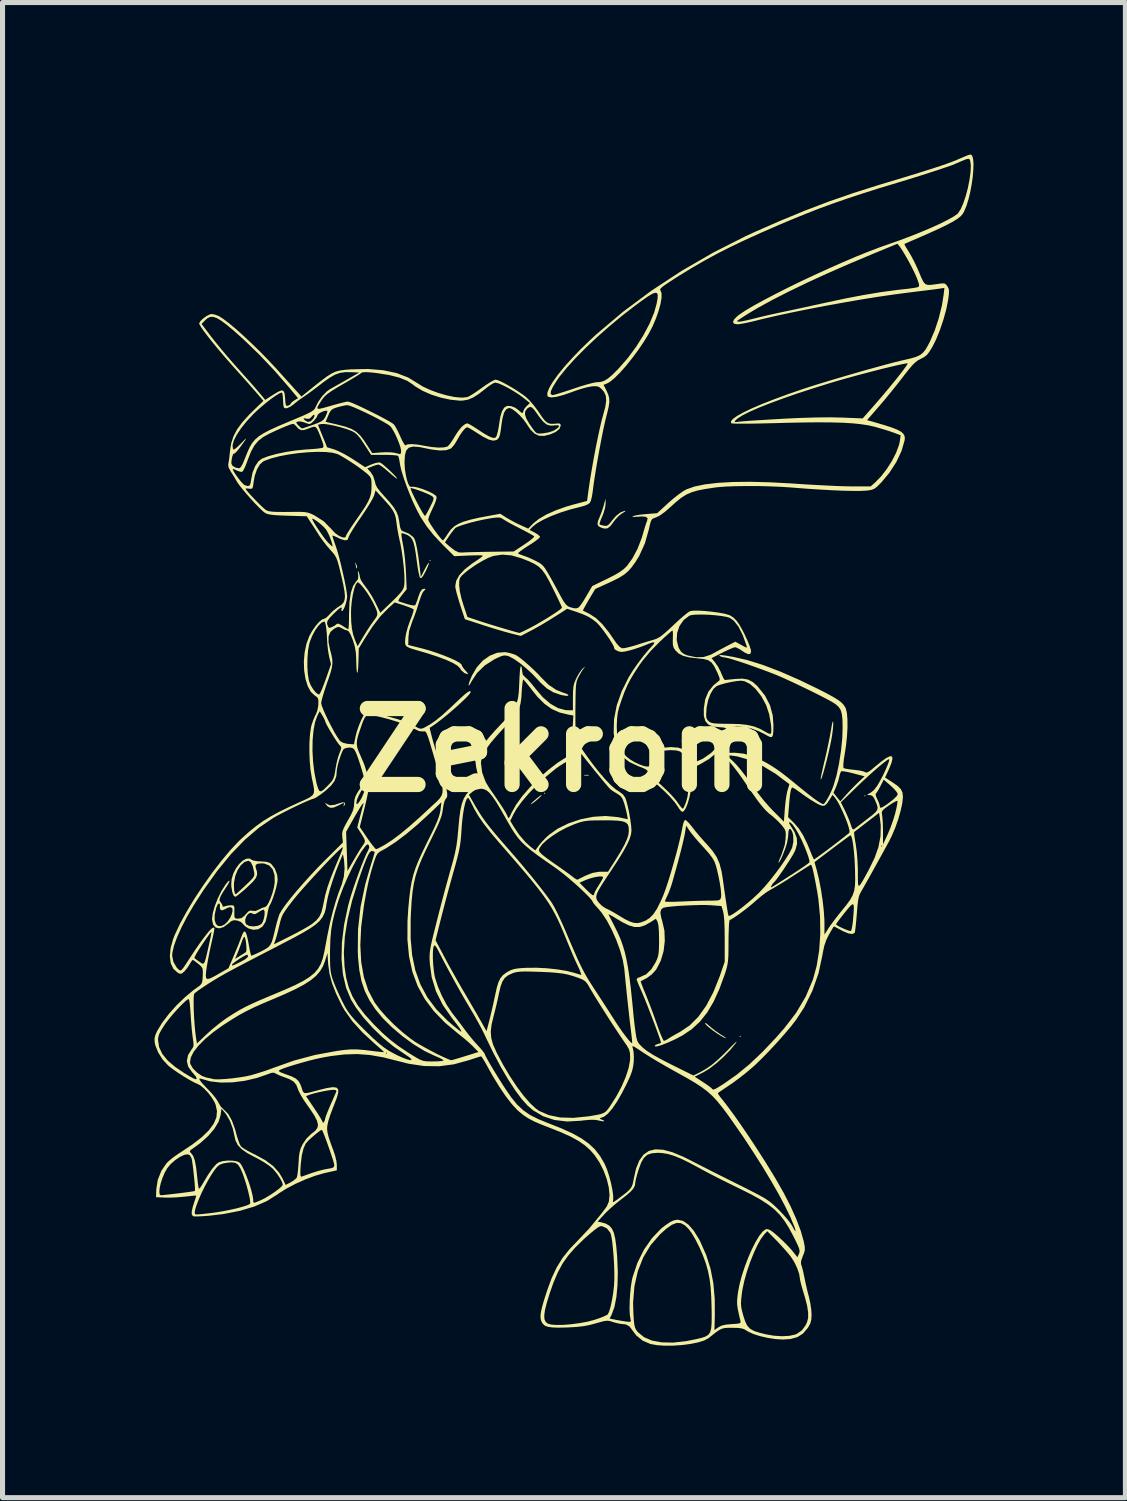
<source format=kicad_pcb>
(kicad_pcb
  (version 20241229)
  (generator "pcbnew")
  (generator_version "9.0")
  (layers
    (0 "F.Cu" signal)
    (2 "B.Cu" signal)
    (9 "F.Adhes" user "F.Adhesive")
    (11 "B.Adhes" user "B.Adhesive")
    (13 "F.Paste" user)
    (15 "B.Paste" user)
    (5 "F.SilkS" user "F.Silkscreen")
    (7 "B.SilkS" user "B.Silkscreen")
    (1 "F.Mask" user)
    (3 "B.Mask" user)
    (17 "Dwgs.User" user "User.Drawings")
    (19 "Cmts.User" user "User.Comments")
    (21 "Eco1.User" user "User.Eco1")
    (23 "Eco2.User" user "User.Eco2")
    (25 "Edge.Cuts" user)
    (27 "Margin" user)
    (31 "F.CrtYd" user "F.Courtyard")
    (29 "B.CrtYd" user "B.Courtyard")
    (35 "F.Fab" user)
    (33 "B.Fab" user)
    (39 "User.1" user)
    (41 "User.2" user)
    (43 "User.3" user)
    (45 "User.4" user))
  (footprint "Zekrom"
    (layer "F.Cu")
    (at 8.096 11.76)
    (property "Reference" "Zekrom" (at 0 0 0) (layer "F.SilkS") (effects (font (size 1.5 1.5) (thickness 0.3))))
    (attr board_only exclude_from_pos_files exclude_from_bom)
    (fp_poly (pts (xy -2.642 -3.747) (xy -2.654 -3.734) (xy -2.667 -3.747) (xy -2.654 -3.759)) (stroke (width 0) (type solid)) (fill yes) (layer "F.SilkS"))
    (fp_poly (pts (xy -0.381 0.851) (xy -0.394 0.864) (xy -0.406 0.851) (xy -0.394 0.838)) (stroke (width 0) (type solid)) (fill yes) (layer "F.SilkS"))
    (fp_poly (pts (xy 3.48 5.652) (xy 3.467 5.664) (xy 3.454 5.652) (xy 3.467 5.639)) (stroke (width 0) (type solid)) (fill yes) (layer "F.SilkS"))
    (fp_poly (pts (xy 5.944 0.902) (xy 5.931 0.914) (xy 5.918 0.902) (xy 5.931 0.889)) (stroke (width 0) (type solid)) (fill yes) (layer "F.SilkS"))
    (fp_poly (pts (xy 0.476 0.49) (xy 0.484 0.498) (xy 0.449 0.502) (xy 0.432 0.502) (xy 0.386 0.499) (xy 0.38 0.493) (xy 0.387 0.49) (xy 0.452 0.487)) (stroke (width 0) (type solid)) (fill yes) (layer "F.SilkS"))
    (fp_poly (pts (xy -4.128 -3.695) (xy -4.115 -3.676) (xy -4.096 -3.625) (xy -4.098 -3.599) (xy -4.11 -3.583) (xy -4.113 -3.598) (xy -4.122 -3.647) (xy -4.129 -3.675) (xy -4.138 -3.707)) (stroke (width 0) (type solid)) (fill yes) (layer "F.SilkS"))
    (fp_poly (pts (xy -0.455 0.897) (xy -0.495 0.939) (xy -0.559 0.994) (xy -0.594 1.023) (xy -0.645 1.059) (xy -0.668 1.07) (xy -0.663 1.059) (xy -0.622 1.017) (xy -0.559 0.962) (xy -0.523 0.933) (xy -0.473 0.896) (xy -0.45 0.885)) (stroke (width 0) (type solid)) (fill yes) (layer "F.SilkS"))
    (fp_poly (pts (xy 2.804 5.4) (xy 2.854 5.441) (xy 2.891 5.473) (xy 2.976 5.541) (xy 3.072 5.607) (xy 3.101 5.625) (xy 3.158 5.661) (xy 3.186 5.684) (xy 3.184 5.689) (xy 3.15 5.676) (xy 3.087 5.641) (xy 3.009 5.592) (xy 3.005 5.589) (xy 2.92 5.529) (xy 2.847 5.471) (xy 2.795 5.424) (xy 2.772 5.393) (xy 2.777 5.385)) (stroke (width 0) (type solid)) (fill yes) (layer "F.SilkS"))
    (fp_poly (pts (xy -4.341 1.036) (xy -4.333 1.066) (xy -4.347 1.092) (xy -4.366 1.115) (xy -4.361 1.093) (xy -4.359 1.086) (xy -4.352 1.054) (xy -4.363 1.045) (xy -4.403 1.06) (xy -4.464 1.092) (xy -4.556 1.133) (xy -4.623 1.139) (xy -4.677 1.111) (xy -4.684 1.103) (xy -4.716 1.065) (xy -4.724 1.047) (xy -4.71 1.048) (xy -4.694 1.062) (xy -4.631 1.09) (xy -4.536 1.079) (xy -4.457 1.052) (xy -4.385 1.031)) (stroke (width 0) (type solid)) (fill yes) (layer "F.SilkS"))
    (fp_poly (pts (xy 5.304 -0.559) (xy 5.305 -0.504) (xy 5.298 -0.416) (xy 5.285 -0.315) (xy 5.284 -0.305) (xy 5.266 -0.2) (xy 5.241 -0.079) (xy 5.212 0.05) (xy 5.181 0.18) (xy 5.149 0.304) (xy 5.119 0.413) (xy 5.093 0.5) (xy 5.073 0.558) (xy 5.06 0.578) (xy 5.056 0.568) (xy 5.061 0.534) (xy 5.076 0.461) (xy 5.099 0.357) (xy 5.128 0.232) (xy 5.142 0.174) (xy 5.177 0.022) (xy 5.21 -0.134) (xy 5.239 -0.277) (xy 5.259 -0.391) (xy 5.262 -0.406) (xy 5.277 -0.494) (xy 5.29 -0.551) (xy 5.301 -0.568)) (stroke (width 0) (type solid)) (fill yes) (layer "F.SilkS"))
    (fp_poly (pts (xy 0.811 -4.867) (xy 0.8 -4.785) (xy 0.771 -4.684) (xy 0.746 -4.619) (xy 0.713 -4.541) (xy 0.693 -4.482) (xy 0.69 -4.457) (xy 0.721 -4.444) (xy 0.777 -4.431) (xy 0.824 -4.427) (xy 0.861 -4.443) (xy 0.903 -4.488) (xy 0.936 -4.532) (xy 1.016 -4.624) (xy 1.101 -4.691) (xy 1.18 -4.723) (xy 1.199 -4.724) (xy 1.2 -4.715) (xy 1.164 -4.691) (xy 1.143 -4.68) (xy 1.078 -4.632) (xy 1.006 -4.557) (xy 0.965 -4.503) (xy 0.902 -4.42) (xy 0.847 -4.379) (xy 0.786 -4.374) (xy 0.72 -4.394) (xy 0.668 -4.424) (xy 0.649 -4.464) (xy 0.661 -4.527) (xy 0.688 -4.591) (xy 0.729 -4.693) (xy 0.766 -4.804) (xy 0.776 -4.839) (xy 0.808 -4.966)) (stroke (width 0) (type solid)) (fill yes) (layer "F.SilkS"))
    (fp_poly (pts (xy -1.135 -1.929) (xy -1.051 -1.909) (xy -0.979 -1.885) (xy -0.96 -1.877) (xy -0.895 -1.834) (xy -0.807 -1.764) (xy -0.707 -1.677) (xy -0.606 -1.584) (xy -0.516 -1.495) (xy -0.463 -1.437) (xy -0.317 -1.292) (xy -0.163 -1.188) (xy -0.032 -1.136) (xy 0.034 -1.114) (xy 0.072 -1.094) (xy 0.076 -1.087) (xy 0.067 -1.073) (xy 0.031 -1.072) (xy -0.039 -1.084) (xy -0.083 -1.094) (xy -0.222 -1.142) (xy -0.349 -1.218) (xy -0.474 -1.331) (xy -0.525 -1.387) (xy -0.634 -1.502) (xy -0.755 -1.614) (xy -0.877 -1.714) (xy -0.99 -1.794) (xy -1.084 -1.846) (xy -1.107 -1.855) (xy -1.157 -1.868) (xy -1.201 -1.868) (xy -1.256 -1.853) (xy -1.334 -1.818) (xy -1.385 -1.793) (xy -1.573 -1.674) (xy -1.727 -1.524) (xy -1.833 -1.363) (xy -1.87 -1.297) (xy -1.891 -1.274) (xy -1.895 -1.288) (xy -1.883 -1.335) (xy -1.855 -1.409) (xy -1.827 -1.474) (xy -1.732 -1.636) (xy -1.613 -1.768) (xy -1.477 -1.864) (xy -1.332 -1.922) (xy -1.184 -1.935)) (stroke (width 0) (type solid)) (fill yes) (layer "F.SilkS"))
    (fp_poly (pts (xy -6.177 2.165) (xy -6.135 2.182) (xy -6.06 2.194) (xy -5.996 2.197) (xy -5.895 2.203) (xy -5.828 2.222) (xy -5.79 2.248) (xy -5.719 2.341) (xy -5.675 2.461) (xy -5.664 2.554) (xy -5.673 2.621) (xy -5.694 2.716) (xy -5.725 2.824) (xy -5.76 2.929) (xy -5.794 3.015) (xy -5.822 3.068) (xy -5.823 3.069) (xy -5.841 3.111) (xy -5.859 3.186) (xy -5.87 3.257) (xy -5.903 3.388) (xy -5.963 3.483) (xy -6.046 3.536) (xy -6.147 3.547) (xy -6.24 3.52) (xy -6.304 3.48) (xy -6.347 3.434) (xy -6.348 3.432) (xy -6.394 3.39) (xy -6.466 3.363) (xy -6.53 3.358) (xy -6.58 3.376) (xy -6.638 3.424) (xy -6.731 3.493) (xy -6.817 3.519) (xy -6.888 3.502) (xy -6.938 3.445) (xy -6.958 3.354) (xy -6.908 3.354) (xy -6.885 3.43) (xy -6.841 3.472) (xy -6.778 3.474) (xy -6.713 3.442) (xy -6.653 3.385) (xy -6.627 3.347) (xy -6.305 3.347) (xy -6.302 3.407) (xy -6.281 3.443) (xy -6.222 3.472) (xy -6.139 3.48) (xy -6.055 3.468) (xy -5.99 3.437) (xy -5.983 3.43) (xy -5.954 3.381) (xy -5.933 3.312) (xy -5.922 3.241) (xy -5.922 3.182) (xy -5.937 3.151) (xy -5.943 3.15) (xy -5.983 3.163) (xy -6.04 3.197) (xy -6.049 3.203) (xy -6.105 3.236) (xy -6.142 3.237) (xy -6.161 3.225) (xy -6.206 3.212) (xy -6.25 3.237) (xy -6.285 3.286) (xy -6.305 3.347) (xy -6.627 3.347) (xy -6.604 3.314) (xy -6.57 3.238) (xy -6.554 3.17) (xy -6.562 3.12) (xy -6.595 3.099) (xy -6.598 3.099) (xy -6.653 3.113) (xy -6.7 3.138) (xy -6.756 3.163) (xy -6.795 3.153) (xy -6.805 3.116) (xy -6.804 3.048) (xy -6.82 3.024) (xy -6.846 3.044) (xy -6.875 3.108) (xy -6.879 3.121) (xy -6.907 3.25) (xy -6.908 3.354) (xy -6.958 3.354) (xy -6.959 3.349) (xy -6.96 3.331) (xy -6.945 3.218) (xy -6.905 3.078) (xy -6.847 2.929) (xy -6.775 2.783) (xy -6.695 2.657) (xy -6.687 2.646) (xy -6.64 2.59) (xy -6.616 2.574) (xy -6.616 2.595) (xy -6.643 2.648) (xy -6.674 2.697) (xy -6.749 2.811) (xy -6.794 2.892) (xy -6.812 2.948) (xy -6.806 2.984) (xy -6.794 2.998) (xy -6.762 3.042) (xy -6.756 3.067) (xy -6.743 3.092) (xy -6.712 3.085) (xy -6.654 3.069) (xy -6.591 3.063) (xy -6.547 3.064) (xy -6.525 3.079) (xy -6.518 3.12) (xy -6.519 3.194) (xy -6.519 3.272) (xy -6.511 3.311) (xy -6.488 3.325) (xy -6.442 3.327) (xy -6.376 3.315) (xy -6.318 3.269) (xy -6.293 3.239) (xy -6.242 3.185) (xy -6.203 3.166) (xy -6.166 3.172) (xy -6.099 3.175) (xy -6.033 3.146) (xy -5.97 3.114) (xy -5.918 3.099) (xy -5.915 3.099) (xy -5.882 3.076) (xy -5.843 3.014) (xy -5.804 2.926) (xy -5.767 2.822) (xy -5.738 2.714) (xy -5.722 2.613) (xy -5.722 2.611) (xy -5.725 2.466) (xy -5.762 2.354) (xy -5.831 2.277) (xy -5.929 2.239) (xy -5.978 2.235) (xy -6.061 2.243) (xy -6.099 2.267) (xy -6.099 2.314) (xy -6.095 2.328) (xy -6.072 2.402) (xy -6.071 2.464) (xy -6.095 2.525) (xy -6.149 2.594) (xy -6.238 2.681) (xy -6.272 2.713) (xy -6.357 2.788) (xy -6.43 2.848) (xy -6.481 2.886) (xy -6.501 2.896) (xy -6.534 2.871) (xy -6.56 2.803) (xy -6.578 2.698) (xy -6.58 2.662) (xy -6.528 2.662) (xy -6.523 2.771) (xy -6.508 2.831) (xy -6.49 2.845) (xy -6.471 2.829) (xy -6.423 2.785) (xy -6.354 2.722) (xy -6.3 2.671) (xy -6.215 2.59) (xy -6.162 2.534) (xy -6.133 2.493) (xy -6.124 2.457) (xy -6.127 2.416) (xy -6.128 2.411) (xy -6.156 2.291) (xy -6.193 2.215) (xy -6.237 2.185) (xy -6.242 2.184) (xy -6.319 2.208) (xy -6.391 2.273) (xy -6.454 2.368) (xy -6.501 2.484) (xy -6.525 2.61) (xy -6.528 2.662) (xy -6.58 2.662) (xy -6.581 2.654) (xy -6.573 2.547) (xy -6.541 2.439) (xy -6.49 2.338) (xy -6.426 2.25) (xy -6.355 2.183) (xy -6.284 2.144) (xy -6.218 2.14)) (stroke (width 0) (type solid)) (fill yes) (layer "F.SilkS"))
    (fp_poly (pts (xy 8.047 -11.737) (xy 8.066 -11.673) (xy 8.074 -11.576) (xy 8.07 -11.453) (xy 8.058 -11.314) (xy 8.037 -11.165) (xy 8.009 -11.016) (xy 7.974 -10.873) (xy 7.934 -10.744) (xy 7.89 -10.638) (xy 7.862 -10.588) (xy 7.823 -10.543) (xy 7.761 -10.493) (xy 7.673 -10.437) (xy 7.553 -10.373) (xy 7.399 -10.298) (xy 7.205 -10.21) (xy 6.998 -10.119) (xy 6.889 -10.072) (xy 6.798 -10.033) (xy 6.735 -10.005) (xy 6.71 -9.993) (xy 6.71 -9.993) (xy 6.718 -9.97) (xy 6.748 -9.916) (xy 6.794 -9.843) (xy 6.797 -9.838) (xy 6.849 -9.749) (xy 6.91 -9.631) (xy 6.97 -9.503) (xy 6.999 -9.436) (xy 7.047 -9.321) (xy 7.085 -9.245) (xy 7.124 -9.201) (xy 7.174 -9.184) (xy 7.248 -9.187) (xy 7.355 -9.202) (xy 7.383 -9.206) (xy 7.461 -9.216) (xy 7.506 -9.212) (xy 7.536 -9.188) (xy 7.558 -9.158) (xy 7.58 -9.119) (xy 7.59 -9.077) (xy 7.589 -9.019) (xy 7.579 -8.929) (xy 7.572 -8.882) (xy 7.535 -8.697) (xy 7.478 -8.494) (xy 7.409 -8.289) (xy 7.332 -8.101) (xy 7.262 -7.962) (xy 7.204 -7.867) (xy 7.155 -7.804) (xy 7.101 -7.761) (xy 7.034 -7.726) (xy 6.978 -7.696) (xy 6.926 -7.657) (xy 6.869 -7.602) (xy 6.801 -7.522) (xy 6.713 -7.411) (xy 6.683 -7.371) (xy 6.574 -7.231) (xy 6.448 -7.074) (xy 6.321 -6.919) (xy 6.215 -6.795) (xy 5.972 -6.515) (xy 6.091 -6.482) (xy 6.29 -6.424) (xy 6.445 -6.375) (xy 6.56 -6.331) (xy 6.64 -6.289) (xy 6.689 -6.246) (xy 6.714 -6.199) (xy 6.718 -6.146) (xy 6.713 -6.113) (xy 6.652 -5.904) (xy 6.55 -5.688) (xy 6.414 -5.477) (xy 6.252 -5.283) (xy 6.236 -5.267) (xy 6.167 -5.199) (xy 6.114 -5.159) (xy 6.058 -5.138) (xy 5.979 -5.126) (xy 5.928 -5.122) (xy 5.826 -5.117) (xy 5.681 -5.118) (xy 5.499 -5.122) (xy 5.287 -5.131) (xy 5.052 -5.144) (xy 4.801 -5.16) (xy 4.54 -5.18) (xy 4.47 -5.186) (xy 4.269 -5.199) (xy 4.048 -5.208) (xy 3.818 -5.214) (xy 3.591 -5.214) (xy 3.376 -5.211) (xy 3.186 -5.204) (xy 3.03 -5.192) (xy 2.972 -5.185) (xy 2.781 -5.156) (xy 2.631 -5.127) (xy 2.509 -5.091) (xy 2.405 -5.046) (xy 2.308 -4.985) (xy 2.208 -4.905) (xy 2.106 -4.813) (xy 1.986 -4.708) (xy 1.885 -4.634) (xy 1.808 -4.596) (xy 1.807 -4.596) (xy 1.759 -4.579) (xy 1.727 -4.559) (xy 1.706 -4.522) (xy 1.687 -4.458) (xy 1.665 -4.36) (xy 1.585 -4.079) (xy 1.473 -3.832) (xy 1.397 -3.71) (xy 1.323 -3.608) (xy 1.253 -3.529) (xy 1.174 -3.464) (xy 1.075 -3.402) (xy 0.945 -3.337) (xy 0.881 -3.307) (xy 0.605 -3.181) (xy 0.48 -2.971) (xy 0.428 -2.88) (xy 0.387 -2.808) (xy 0.365 -2.765) (xy 0.362 -2.756) (xy 0.386 -2.743) (xy 0.442 -2.715) (xy 0.487 -2.693) (xy 0.617 -2.61) (xy 0.746 -2.487) (xy 0.879 -2.321) (xy 0.949 -2.219) (xy 1.026 -2.108) (xy 1.087 -2.04) (xy 1.133 -2.012) (xy 1.138 -2.011) (xy 1.186 -2.015) (xy 1.269 -2.033) (xy 1.372 -2.061) (xy 1.43 -2.079) (xy 1.546 -2.116) (xy 1.658 -2.15) (xy 1.747 -2.176) (xy 1.774 -2.184) (xy 1.83 -2.205) (xy 1.893 -2.242) (xy 1.969 -2.302) (xy 2.067 -2.39) (xy 2.147 -2.465) (xy 2.247 -2.559) (xy 2.339 -2.64) (xy 2.416 -2.703) (xy 2.468 -2.739) (xy 2.478 -2.744) (xy 2.538 -2.753) (xy 2.635 -2.754) (xy 2.759 -2.748) (xy 2.896 -2.734) (xy 3.036 -2.716) (xy 3.166 -2.692) (xy 3.17 -2.691) (xy 3.262 -2.663) (xy 3.334 -2.618) (xy 3.397 -2.554) (xy 3.443 -2.489) (xy 3.498 -2.395) (xy 3.555 -2.285) (xy 3.607 -2.172) (xy 3.65 -2.068) (xy 3.677 -1.986) (xy 3.683 -1.949) (xy 3.668 -1.901) (xy 3.625 -1.895) (xy 3.551 -1.93) (xy 3.518 -1.953) (xy 3.448 -1.998) (xy 3.389 -2.027) (xy 3.367 -2.032) (xy 3.327 -2.021) (xy 3.255 -1.991) (xy 3.163 -1.948) (xy 3.114 -1.924) (xy 2.902 -1.816) (xy 2.975 -1.727) (xy 3.029 -1.649) (xy 3.08 -1.552) (xy 3.096 -1.512) (xy 3.127 -1.441) (xy 3.153 -1.395) (xy 3.166 -1.385) (xy 3.2 -1.388) (xy 3.271 -1.395) (xy 3.362 -1.404) (xy 3.37 -1.405) (xy 3.512 -1.412) (xy 3.623 -1.393) (xy 3.718 -1.344) (xy 3.809 -1.262) (xy 3.957 -1.077) (xy 4.056 -0.886) (xy 4.111 -0.68) (xy 4.124 -0.492) (xy 4.122 -0.371) (xy 4.114 -0.296) (xy 4.094 -0.26) (xy 4.058 -0.259) (xy 4 -0.287) (xy 3.95 -0.316) (xy 3.834 -0.374) (xy 3.699 -0.424) (xy 3.561 -0.46) (xy 3.439 -0.478) (xy 3.378 -0.478) (xy 3.327 -0.469) (xy 3.295 -0.444) (xy 3.268 -0.391) (xy 3.249 -0.337) (xy 3.158 -0.141) (xy 3.027 0.029) (xy 2.854 0.174) (xy 2.682 0.275) (xy 2.515 0.359) (xy 2.515 0.555) (xy 2.508 0.685) (xy 2.489 0.818) (xy 2.462 0.947) (xy 2.428 1.061) (xy 2.391 1.15) (xy 2.353 1.206) (xy 2.326 1.219) (xy 2.296 1.199) (xy 2.256 1.148) (xy 2.242 1.124) (xy 2.179 1.033) (xy 2.085 0.924) (xy 1.97 0.808) (xy 1.846 0.696) (xy 1.822 0.677) (xy 1.721 0.574) (xy 1.673 0.482) (xy 1.655 0.432) (xy 1.652 0.428) (xy 1.721 0.428) (xy 1.734 0.49) (xy 1.772 0.553) (xy 1.84 0.627) (xy 1.942 0.722) (xy 1.965 0.743) (xy 2.058 0.832) (xy 2.146 0.926) (xy 2.216 1.01) (xy 2.237 1.041) (xy 2.284 1.106) (xy 2.321 1.147) (xy 2.339 1.155) (xy 2.357 1.125) (xy 2.384 1.063) (xy 2.403 1.009) (xy 2.425 0.929) (xy 2.439 0.833) (xy 2.446 0.71) (xy 2.448 0.556) (xy 2.446 0.419) (xy 2.442 0.322) (xy 2.434 0.253) (xy 2.42 0.203) (xy 2.399 0.159) (xy 2.389 0.143) (xy 2.336 0.07) (xy 2.279 0.026) (xy 2.202 0.005) (xy 2.091 0.000001) (xy 2.088 0) (xy 1.97 0.009) (xy 1.885 0.043) (xy 1.822 0.108) (xy 1.772 0.213) (xy 1.753 0.27) (xy 1.729 0.358) (xy 1.721 0.428) (xy 1.652 0.428) (xy 1.629 0.397) (xy 1.584 0.368) (xy 1.507 0.336) (xy 1.456 0.317) (xy 1.278 0.233) (xy 1.143 0.127) (xy 1.049 -0.006) (xy 0.992 -0.172) (xy 0.97 -0.34) (xy 0.973 -0.457) (xy 1.031 -0.457) (xy 1.037 -0.281) (xy 1.059 -0.142) (xy 1.102 -0.029) (xy 1.169 0.07) (xy 1.222 0.127) (xy 1.291 0.182) (xy 1.376 0.234) (xy 1.466 0.277) (xy 1.551 0.309) (xy 1.621 0.325) (xy 1.666 0.321) (xy 1.676 0.303) (xy 1.686 0.266) (xy 1.71 0.2) (xy 1.731 0.15) (xy 1.785 0.052) (xy 1.855 -0.012) (xy 1.949 -0.047) (xy 2.08 -0.059) (xy 2.113 -0.059) (xy 2.246 -0.049) (xy 2.341 -0.017) (xy 2.411 0.043) (xy 2.466 0.138) (xy 2.468 0.143) (xy 2.502 0.211) (xy 2.53 0.241) (xy 2.564 0.242) (xy 2.573 0.239) (xy 2.732 0.169) (xy 2.887 0.061) (xy 3.022 -0.07) (xy 3.124 -0.213) (xy 3.136 -0.236) (xy 3.181 -0.334) (xy 3.199 -0.397) (xy 3.186 -0.432) (xy 3.14 -0.447) (xy 3.08 -0.451) (xy 2.94 -0.464) (xy 2.841 -0.503) (xy 2.78 -0.572) (xy 2.75 -0.676) (xy 2.75 -0.708) (xy 2.796 -0.708) (xy 2.798 -0.647) (xy 2.812 -0.608) (xy 2.839 -0.577) (xy 2.844 -0.572) (xy 2.872 -0.551) (xy 2.908 -0.537) (xy 2.96 -0.528) (xy 3.039 -0.523) (xy 3.154 -0.52) (xy 3.248 -0.52) (xy 3.446 -0.515) (xy 3.605 -0.498) (xy 3.739 -0.468) (xy 3.858 -0.421) (xy 3.97 -0.359) (xy 4.027 -0.329) (xy 4.067 -0.321) (xy 4.071 -0.322) (xy 4.081 -0.353) (xy 4.082 -0.418) (xy 4.077 -0.492) (xy 4.041 -0.705) (xy 3.981 -0.887) (xy 3.891 -1.054) (xy 3.881 -1.069) (xy 3.771 -1.209) (xy 3.659 -1.308) (xy 3.549 -1.362) (xy 3.482 -1.371) (xy 3.399 -1.364) (xy 3.292 -1.346) (xy 3.178 -1.321) (xy 3.077 -1.293) (xy 3.007 -1.267) (xy 3.006 -1.267) (xy 2.94 -1.209) (xy 2.882 -1.112) (xy 2.835 -0.989) (xy 2.806 -0.851) (xy 2.802 -0.806) (xy 2.796 -0.708) (xy 2.75 -0.708) (xy 2.749 -0.82) (xy 2.749 -0.82) (xy 2.777 -1.003) (xy 2.839 -1.153) (xy 2.938 -1.278) (xy 3.032 -1.355) (xy 3.057 -1.375) (xy 3.064 -1.4) (xy 3.054 -1.441) (xy 3.025 -1.512) (xy 3.011 -1.543) (xy 2.955 -1.656) (xy 2.902 -1.73) (xy 2.837 -1.775) (xy 2.747 -1.799) (xy 2.624 -1.812) (xy 2.462 -1.831) (xy 2.34 -1.862) (xy 2.251 -1.909) (xy 2.187 -1.971) (xy 2.154 -2.022) (xy 2.139 -2.078) (xy 2.136 -2.158) (xy 2.137 -2.173) (xy 2.214 -2.173) (xy 2.248 -2.034) (xy 2.261 -2.006) (xy 2.304 -1.938) (xy 2.361 -1.896) (xy 2.432 -1.869) (xy 2.599 -1.834) (xy 2.745 -1.838) (xy 2.884 -1.883) (xy 2.924 -1.904) (xy 3.024 -1.959) (xy 3.139 -2.02) (xy 3.216 -2.061) (xy 3.372 -2.141) (xy 3.491 -2.075) (xy 3.559 -2.038) (xy 3.592 -2.024) (xy 3.6 -2.034) (xy 3.592 -2.065) (xy 3.517 -2.273) (xy 3.435 -2.436) (xy 3.346 -2.551) (xy 3.27 -2.608) (xy 3.204 -2.63) (xy 3.102 -2.648) (xy 2.978 -2.663) (xy 2.844 -2.673) (xy 2.712 -2.677) (xy 2.595 -2.676) (xy 2.506 -2.667) (xy 2.465 -2.655) (xy 2.352 -2.569) (xy 2.27 -2.452) (xy 2.223 -2.316) (xy 2.214 -2.173) (xy 2.137 -2.173) (xy 2.138 -2.203) (xy 2.14 -2.285) (xy 2.137 -2.343) (xy 2.13 -2.362) (xy 2.107 -2.346) (xy 2.054 -2.3) (xy 1.979 -2.233) (xy 1.89 -2.15) (xy 1.87 -2.131) (xy 1.699 -1.956) (xy 1.548 -1.776) (xy 1.471 -1.67) (xy 1.372 -1.517) (xy 1.296 -1.389) (xy 1.235 -1.269) (xy 1.18 -1.141) (xy 1.125 -0.989) (xy 1.117 -0.965) (xy 1.076 -0.841) (xy 1.051 -0.739) (xy 1.038 -0.638) (xy 1.032 -0.516) (xy 1.031 -0.457) (xy 0.973 -0.457) (xy 0.977 -0.609) (xy 1.03 -0.883) (xy 1.129 -1.164) (xy 1.264 -1.435) (xy 1.345 -1.566) (xy 1.447 -1.713) (xy 1.556 -1.857) (xy 1.661 -1.983) (xy 1.712 -2.038) (xy 1.763 -2.095) (xy 1.774 -2.125) (xy 1.745 -2.129) (xy 1.674 -2.106) (xy 1.597 -2.074) (xy 1.496 -2.035) (xy 1.376 -1.995) (xy 1.29 -1.97) (xy 1.193 -1.947) (xy 1.128 -1.939) (xy 1.078 -1.946) (xy 1.044 -1.959) (xy 0.996 -1.986) (xy 0.98 -2.009) (xy 0.98 -2.01) (xy 0.974 -2.042) (xy 0.942 -2.103) (xy 0.892 -2.184) (xy 0.83 -2.275) (xy 0.764 -2.366) (xy 0.699 -2.448) (xy 0.643 -2.51) (xy 0.618 -2.532) (xy 0.54 -2.591) (xy 0.467 -2.635) (xy 0.384 -2.674) (xy 0.275 -2.715) (xy 0.226 -2.732) (xy 0.051 -2.791) (xy -0.074 -2.71) (xy -0.285 -2.577) (xy -0.468 -2.467) (xy -0.638 -2.372) (xy -0.679 -2.351) (xy -0.863 -2.255) (xy -1.073 -2.308) (xy -1.179 -2.337) (xy -1.316 -2.377) (xy -1.467 -2.423) (xy -1.615 -2.47) (xy -1.625 -2.474) (xy -1.968 -2.585) (xy -2.063 -2.874) (xy -2.1 -2.994) (xy -2.131 -3.102) (xy -2.151 -3.187) (xy -2.158 -3.233) (xy -2.153 -3.265) (xy -2.081 -3.265) (xy -2.081 -3.255) (xy -2.068 -3.139) (xy -2.035 -2.993) (xy -1.998 -2.87) (xy -1.918 -2.629) (xy -1.676 -2.548) (xy -1.586 -2.519) (xy -1.472 -2.483) (xy -1.344 -2.444) (xy -1.213 -2.405) (xy -1.091 -2.369) (xy -0.989 -2.339) (xy -0.916 -2.32) (xy -0.89 -2.314) (xy -0.864 -2.324) (xy -0.803 -2.352) (xy -0.719 -2.394) (xy -0.674 -2.417) (xy -0.566 -2.475) (xy -0.451 -2.542) (xy -0.336 -2.611) (xy -0.231 -2.678) (xy -0.142 -2.737) (xy -0.08 -2.783) (xy -0.052 -2.81) (xy -0.051 -2.812) (xy -0.062 -2.841) (xy -0.091 -2.906) (xy -0.136 -3.001) (xy -0.193 -3.117) (xy -0.233 -3.197) (xy -0.311 -3.351) (xy -0.378 -3.468) (xy -0.441 -3.555) (xy -0.509 -3.622) (xy -0.592 -3.676) (xy -0.698 -3.727) (xy -0.837 -3.782) (xy -0.843 -3.785) (xy -1.044 -3.844) (xy -1.23 -3.86) (xy -1.409 -3.833) (xy -1.41 -3.832) (xy -1.508 -3.795) (xy -1.63 -3.732) (xy -1.759 -3.654) (xy -1.882 -3.569) (xy -1.968 -3.501) (xy -2.032 -3.442) (xy -2.066 -3.396) (xy -2.079 -3.343) (xy -2.081 -3.265) (xy -2.153 -3.265) (xy -2.139 -3.343) (xy -2.078 -3.454) (xy -1.972 -3.568) (xy -1.819 -3.688) (xy -1.722 -3.752) (xy -1.659 -3.796) (xy -1.62 -3.829) (xy -1.615 -3.841) (xy -1.644 -3.846) (xy -1.713 -3.847) (xy -1.811 -3.845) (xy -1.903 -3.842) (xy -2.177 -3.829) (xy -2.232 -3.883) (xy -0.918 -3.883) (xy -0.885 -3.866) (xy -0.823 -3.843) (xy -0.8 -3.835) (xy -0.72 -3.806) (xy -0.622 -3.762) (xy -0.556 -3.729) (xy -0.512 -3.706) (xy -0.476 -3.684) (xy -0.444 -3.658) (xy -0.411 -3.623) (xy -0.375 -3.573) (xy -0.331 -3.501) (xy -0.275 -3.404) (xy -0.204 -3.275) (xy -0.114 -3.109) (xy -0.078 -3.042) (xy -0.021 -2.941) (xy 0.025 -2.878) (xy 0.066 -2.841) (xy 0.11 -2.822) (xy 0.185 -2.802) (xy 0.231 -2.799) (xy 0.266 -2.811) (xy 0.278 -2.818) (xy 0.306 -2.849) (xy 0.352 -2.913) (xy 0.406 -2.999) (xy 0.43 -3.04) (xy 0.546 -3.239) (xy 0.839 -3.381) (xy 0.983 -3.454) (xy 1.089 -3.516) (xy 1.168 -3.574) (xy 1.231 -3.635) (xy 1.234 -3.639) (xy 1.342 -3.789) (xy 1.441 -3.976) (xy 1.523 -4.188) (xy 1.552 -4.285) (xy 1.581 -4.385) (xy 1.608 -4.47) (xy 1.628 -4.525) (xy 1.631 -4.531) (xy 1.64 -4.578) (xy 1.606 -4.606) (xy 1.527 -4.614) (xy 1.448 -4.609) (xy 1.369 -4.604) (xy 1.339 -4.609) (xy 1.346 -4.618) (xy 1.388 -4.631) (xy 1.466 -4.645) (xy 1.566 -4.657) (xy 1.607 -4.66) (xy 1.829 -4.678) (xy 2.051 -4.883) (xy 2.153 -4.971) (xy 2.256 -5.052) (xy 2.347 -5.115) (xy 2.403 -5.147) (xy 2.563 -5.204) (xy 2.771 -5.247) (xy 3.025 -5.277) (xy 3.325 -5.294) (xy 3.669 -5.298) (xy 4.055 -5.288) (xy 4.483 -5.265) (xy 4.556 -5.26) (xy 4.77 -5.246) (xy 4.987 -5.234) (xy 5.198 -5.223) (xy 5.39 -5.214) (xy 5.554 -5.209) (xy 5.678 -5.207) (xy 5.679 -5.207) (xy 6.043 -5.207) (xy 6.132 -5.285) (xy 6.248 -5.403) (xy 6.36 -5.548) (xy 6.462 -5.707) (xy 6.544 -5.867) (xy 6.6 -6.015) (xy 6.62 -6.101) (xy 6.635 -6.217) (xy 6.496 -6.269) (xy 6.407 -6.3) (xy 6.289 -6.336) (xy 6.162 -6.373) (xy 6.112 -6.387) (xy 5.992 -6.414) (xy 5.852 -6.435) (xy 5.688 -6.452) (xy 5.496 -6.464) (xy 5.272 -6.47) (xy 5.013 -6.472) (xy 4.713 -6.469) (xy 4.369 -6.462) (xy 4.153 -6.456) (xy 3.942 -6.451) (xy 3.751 -6.447) (xy 3.586 -6.445) (xy 3.452 -6.445) (xy 3.355 -6.447) (xy 3.301 -6.451) (xy 3.291 -6.454) (xy 3.284 -6.487) (xy 3.359 -6.487) (xy 3.369 -6.477) (xy 3.416 -6.48) (xy 3.454 -6.486) (xy 3.509 -6.491) (xy 3.607 -6.499) (xy 3.74 -6.508) (xy 3.901 -6.518) (xy 4.082 -6.529) (xy 4.277 -6.54) (xy 4.318 -6.543) (xy 4.664 -6.559) (xy 4.975 -6.568) (xy 5.245 -6.571) (xy 5.469 -6.566) (xy 5.477 -6.566) (xy 5.886 -6.549) (xy 6.139 -6.837) (xy 6.254 -6.97) (xy 6.368 -7.105) (xy 6.476 -7.236) (xy 6.575 -7.358) (xy 6.658 -7.464) (xy 6.722 -7.55) (xy 6.763 -7.609) (xy 6.775 -7.635) (xy 6.774 -7.636) (xy 6.745 -7.635) (xy 6.675 -7.622) (xy 6.568 -7.599) (xy 6.433 -7.567) (xy 6.276 -7.529) (xy 6.104 -7.485) (xy 5.924 -7.438) (xy 5.742 -7.39) (xy 5.565 -7.341) (xy 5.4 -7.294) (xy 5.258 -7.252) (xy 4.92 -7.147) (xy 4.607 -7.045) (xy 4.321 -6.946) (xy 4.067 -6.852) (xy 3.846 -6.765) (xy 3.663 -6.685) (xy 3.521 -6.614) (xy 3.422 -6.553) (xy 3.377 -6.513) (xy 3.359 -6.487) (xy 3.284 -6.487) (xy 3.284 -6.49) (xy 3.323 -6.538) (xy 3.406 -6.598) (xy 3.532 -6.668) (xy 3.697 -6.747) (xy 3.9 -6.834) (xy 4.138 -6.927) (xy 4.409 -7.027) (xy 4.711 -7.131) (xy 4.763 -7.148) (xy 4.913 -7.197) (xy 5.096 -7.253) (xy 5.301 -7.315) (xy 5.52 -7.38) (xy 5.745 -7.445) (xy 5.967 -7.509) (xy 6.178 -7.567) (xy 6.368 -7.619) (xy 6.529 -7.661) (xy 6.653 -7.691) (xy 6.679 -7.697) (xy 6.829 -7.732) (xy 6.94 -7.764) (xy 7.021 -7.802) (xy 7.083 -7.853) (xy 7.136 -7.922) (xy 7.19 -8.019) (xy 7.219 -8.077) (xy 7.31 -8.29) (xy 7.389 -8.531) (xy 7.45 -8.779) (xy 7.482 -8.976) (xy 7.5 -9.126) (xy 7.388 -9.109) (xy 7.329 -9.101) (xy 7.228 -9.088) (xy 7.098 -9.072) (xy 6.946 -9.053) (xy 6.783 -9.033) (xy 6.769 -9.031) (xy 6.495 -8.995) (xy 6.187 -8.95) (xy 5.856 -8.897) (xy 5.511 -8.837) (xy 5.162 -8.774) (xy 4.818 -8.708) (xy 4.491 -8.642) (xy 4.189 -8.577) (xy 3.921 -8.515) (xy 3.788 -8.482) (xy 3.665 -8.452) (xy 3.552 -8.428) (xy 3.461 -8.412) (xy 3.414 -8.407) (xy 3.348 -8.419) (xy 3.325 -8.452) (xy 3.332 -8.469) (xy 3.404 -8.469) (xy 3.425 -8.459) (xy 3.491 -8.464) (xy 3.603 -8.487) (xy 3.737 -8.52) (xy 3.854 -8.549) (xy 4.003 -8.584) (xy 4.165 -8.62) (xy 4.323 -8.654) (xy 4.343 -8.658) (xy 4.499 -8.691) (xy 4.686 -8.731) (xy 4.885 -8.775) (xy 5.077 -8.817) (xy 5.169 -8.837) (xy 5.545 -8.917) (xy 5.907 -8.986) (xy 6.244 -9.042) (xy 6.547 -9.083) (xy 6.662 -9.096) (xy 6.781 -9.109) (xy 6.883 -9.123) (xy 6.956 -9.136) (xy 6.987 -9.146) (xy 7 -9.168) (xy 6.994 -9.213) (xy 6.967 -9.291) (xy 6.948 -9.339) (xy 6.903 -9.439) (xy 6.847 -9.551) (xy 6.786 -9.666) (xy 6.723 -9.776) (xy 6.665 -9.872) (xy 6.615 -9.946) (xy 6.58 -9.989) (xy 6.566 -9.996) (xy 6.535 -9.983) (xy 6.466 -9.954) (xy 6.364 -9.912) (xy 6.239 -9.86) (xy 6.097 -9.802) (xy 6.083 -9.796) (xy 5.62 -9.601) (xy 5.186 -9.411) (xy 4.785 -9.227) (xy 4.419 -9.05) (xy 4.092 -8.883) (xy 3.808 -8.727) (xy 3.633 -8.622) (xy 3.539 -8.563) (xy 3.464 -8.514) (xy 3.416 -8.481) (xy 3.404 -8.469) (xy 3.332 -8.469) (xy 3.346 -8.502) (xy 3.41 -8.567) (xy 3.448 -8.597) (xy 3.569 -8.678) (xy 3.731 -8.774) (xy 3.928 -8.882) (xy 4.153 -9) (xy 4.4 -9.125) (xy 4.662 -9.253) (xy 4.934 -9.381) (xy 5.209 -9.506) (xy 5.48 -9.626) (xy 5.741 -9.738) (xy 5.986 -9.837) (xy 6.209 -9.922) (xy 6.363 -9.977) (xy 6.59 -10.056) (xy 6.815 -10.14) (xy 7.03 -10.226) (xy 7.23 -10.31) (xy 7.409 -10.391) (xy 7.559 -10.466) (xy 7.676 -10.531) (xy 7.752 -10.584) (xy 7.768 -10.599) (xy 7.82 -10.678) (xy 7.872 -10.796) (xy 7.921 -10.941) (xy 7.963 -11.1) (xy 7.995 -11.261) (xy 8.016 -11.412) (xy 8.021 -11.541) (xy 8.01 -11.629) (xy 8.001 -11.657) (xy 7.986 -11.673) (xy 7.959 -11.674) (xy 7.909 -11.659) (xy 7.83 -11.626) (xy 7.712 -11.575) (xy 7.709 -11.573) (xy 7.638 -11.545) (xy 7.525 -11.506) (xy 7.378 -11.456) (xy 7.202 -11.399) (xy 7.005 -11.336) (xy 6.793 -11.27) (xy 6.575 -11.204) (xy 6.566 -11.201) (xy 6.199 -11.09) (xy 5.872 -10.986) (xy 5.574 -10.888) (xy 5.296 -10.791) (xy 5.028 -10.693) (xy 4.76 -10.588) (xy 4.481 -10.474) (xy 4.222 -10.365) (xy 3.87 -10.211) (xy 3.557 -10.069) (xy 3.274 -9.934) (xy 3.012 -9.801) (xy 2.761 -9.664) (xy 2.514 -9.521) (xy 2.26 -9.365) (xy 2.181 -9.315) (xy 2.056 -9.234) (xy 1.97 -9.176) (xy 1.917 -9.135) (xy 1.891 -9.106) (xy 1.887 -9.086) (xy 1.895 -9.074) (xy 1.915 -9.021) (xy 1.915 -8.931) (xy 1.895 -8.812) (xy 1.857 -8.673) (xy 1.804 -8.521) (xy 1.737 -8.365) (xy 1.736 -8.363) (xy 1.659 -8.216) (xy 1.562 -8.058) (xy 1.451 -7.895) (xy 1.332 -7.735) (xy 1.212 -7.585) (xy 1.095 -7.453) (xy 0.987 -7.346) (xy 0.894 -7.27) (xy 0.841 -7.24) (xy 0.77 -7.211) (xy 0.83 -7.094) (xy 0.864 -7.017) (xy 0.882 -6.945) (xy 0.884 -6.867) (xy 0.869 -6.769) (xy 0.838 -6.639) (xy 0.826 -6.595) (xy 0.799 -6.483) (xy 0.766 -6.333) (xy 0.73 -6.154) (xy 0.693 -5.958) (xy 0.656 -5.755) (xy 0.622 -5.557) (xy 0.593 -5.375) (xy 0.57 -5.219) (xy 0.558 -5.122) (xy 0.541 -5.009) (xy 0.519 -4.923) (xy 0.496 -4.878) (xy 0.45 -4.848) (xy 0.374 -4.819) (xy 0.311 -4.802) (xy 0.11 -4.751) (xy -0.086 -4.689) (xy -0.267 -4.62) (xy -0.425 -4.547) (xy -0.55 -4.475) (xy -0.635 -4.407) (xy -0.691 -4.347) (xy -0.587 -4.294) (xy -0.525 -4.256) (xy -0.488 -4.221) (xy -0.484 -4.21) (xy -0.504 -4.184) (xy -0.56 -4.139) (xy -0.64 -4.083) (xy -0.71 -4.039) (xy -0.801 -3.98) (xy -0.871 -3.93) (xy -0.912 -3.895) (xy -0.918 -3.883) (xy -2.232 -3.883) (xy -2.405 -4.054) (xy -2.45 -4.102) (xy -2.362 -4.102) (xy -2.267 -4.019) (xy -2.169 -3.943) (xy -2.091 -3.905) (xy -2.025 -3.901) (xy -1.986 -3.904) (xy -1.905 -3.907) (xy -1.791 -3.91) (xy -1.653 -3.913) (xy -1.498 -3.916) (xy -1.491 -3.916) (xy -1.003 -3.922) (xy -0.794 -4.06) (xy -0.707 -4.12) (xy -0.641 -4.172) (xy -0.604 -4.208) (xy -0.599 -4.22) (xy -0.626 -4.24) (xy -0.69 -4.277) (xy -0.779 -4.325) (xy -0.872 -4.373) (xy -0.984 -4.43) (xy -1.086 -4.485) (xy -1.165 -4.53) (xy -1.203 -4.554) (xy -1.243 -4.579) (xy -1.282 -4.592) (xy -1.335 -4.593) (xy -1.415 -4.584) (xy -1.48 -4.574) (xy -1.6 -4.552) (xy -1.732 -4.523) (xy -1.863 -4.49) (xy -1.983 -4.455) (xy -2.081 -4.422) (xy -2.143 -4.395) (xy -2.155 -4.387) (xy -2.188 -4.35) (xy -2.237 -4.287) (xy -2.277 -4.23) (xy -2.362 -4.102) (xy -2.45 -4.102) (xy -2.582 -4.242) (xy -2.725 -4.422) (xy -2.847 -4.611) (xy -2.92 -4.748) (xy -2.989 -4.893) (xy -3.057 -5.054) (xy -3.103 -5.172) (xy -3.04 -5.172) (xy -3.035 -5.146) (xy -3.01 -5.086) (xy -2.971 -5.003) (xy -2.923 -4.908) (xy -2.873 -4.813) (xy -2.825 -4.727) (xy -2.785 -4.661) (xy -2.759 -4.626) (xy -2.754 -4.623) (xy -2.739 -4.644) (xy -2.707 -4.699) (xy -2.666 -4.778) (xy -2.656 -4.798) (xy -2.612 -4.887) (xy -2.59 -4.943) (xy -2.586 -4.977) (xy -2.6 -5) (xy -2.611 -5.011) (xy -2.651 -5.035) (xy -2.721 -5.067) (xy -2.806 -5.102) (xy -2.894 -5.134) (xy -2.971 -5.16) (xy -3.024 -5.173) (xy -3.04 -5.172) (xy -3.103 -5.172) (xy -3.122 -5.219) (xy -3.177 -5.377) (xy -3.22 -5.515) (xy -3.245 -5.622) (xy -3.247 -5.637) (xy -3.261 -5.722) (xy -3.276 -5.785) (xy -3.287 -5.81) (xy -3.319 -5.818) (xy -3.39 -5.825) (xy -3.489 -5.829) (xy -3.563 -5.829) (xy -3.819 -5.829) (xy -3.956 -6.041) (xy -4.028 -6.148) (xy -4.086 -6.219) (xy -4.139 -6.266) (xy -4.197 -6.299) (xy -4.199 -6.299) (xy -4.297 -6.337) (xy -4.415 -6.373) (xy -4.537 -6.404) (xy -4.652 -6.427) (xy -4.745 -6.44) (xy -4.8 -6.439) (xy -4.869 -6.424) (xy -4.778 -6.201) (xy -4.688 -5.979) (xy -4.547 -5.937) (xy -4.466 -5.904) (xy -4.359 -5.851) (xy -4.244 -5.785) (xy -4.172 -5.74) (xy -3.937 -5.586) (xy -3.817 -5.639) (xy -3.738 -5.667) (xy -3.67 -5.68) (xy -3.645 -5.679) (xy -3.612 -5.66) (xy -3.559 -5.617) (xy -3.495 -5.561) (xy -3.428 -5.498) (xy -3.368 -5.439) (xy -3.324 -5.391) (xy -3.306 -5.363) (xy -3.308 -5.359) (xy -3.334 -5.375) (xy -3.387 -5.417) (xy -3.458 -5.478) (xy -3.482 -5.499) (xy -3.559 -5.564) (xy -3.624 -5.613) (xy -3.668 -5.637) (xy -3.674 -5.639) (xy -3.72 -5.629) (xy -3.787 -5.606) (xy -3.802 -5.6) (xy -3.895 -5.562) (xy -3.83 -5.492) (xy -3.777 -5.409) (xy -3.746 -5.309) (xy -3.73 -5.244) (xy -3.699 -5.182) (xy -3.645 -5.111) (xy -3.562 -5.017) (xy -3.562 -5.017) (xy -3.451 -4.893) (xy -3.371 -4.792) (xy -3.318 -4.704) (xy -3.285 -4.619) (xy -3.266 -4.527) (xy -3.262 -4.497) (xy -3.246 -4.398) (xy -3.224 -4.343) (xy -3.203 -4.327) (xy -3.073 -4.274) (xy -2.988 -4.208) (xy -2.964 -4.173) (xy -2.938 -4.099) (xy -2.912 -3.976) (xy -2.885 -3.808) (xy -2.858 -3.597) (xy -2.855 -3.57) (xy -2.838 -3.419) (xy -2.763 -3.566) (xy -2.724 -3.639) (xy -2.692 -3.688) (xy -2.676 -3.701) (xy -2.681 -3.674) (xy -2.704 -3.614) (xy -2.741 -3.535) (xy -2.743 -3.53) (xy -2.791 -3.443) (xy -2.826 -3.4) (xy -2.849 -3.398) (xy -2.851 -3.399) (xy -2.865 -3.434) (xy -2.882 -3.508) (xy -2.9 -3.61) (xy -2.914 -3.707) (xy -2.937 -3.878) (xy -2.959 -4.006) (xy -2.982 -4.099) (xy -3.01 -4.164) (xy -3.044 -4.208) (xy -3.088 -4.239) (xy -3.109 -4.25) (xy -3.172 -4.275) (xy -3.213 -4.284) (xy -3.22 -4.282) (xy -3.221 -4.252) (xy -3.213 -4.186) (xy -3.197 -4.095) (xy -3.19 -4.058) (xy -3.171 -3.948) (xy -3.154 -3.805) (xy -3.14 -3.65) (xy -3.131 -3.512) (xy -3.117 -3.176) (xy -3.211 -3.061) (xy -3.265 -2.989) (xy -3.281 -2.947) (xy -3.272 -2.936) (xy -3.23 -2.922) (xy -3.159 -2.9) (xy -3.103 -2.882) (xy -3.026 -2.862) (xy -2.969 -2.856) (xy -2.949 -2.861) (xy -2.932 -2.896) (xy -2.907 -2.963) (xy -2.887 -3.026) (xy -2.851 -3.122) (xy -2.813 -3.173) (xy -2.794 -3.182) (xy -2.75 -3.186) (xy -2.751 -3.167) (xy -2.781 -3.14) (xy -2.805 -3.104) (xy -2.836 -3.031) (xy -2.869 -2.936) (xy -2.882 -2.894) (xy -2.92 -2.772) (xy -2.965 -2.646) (xy -3.006 -2.541) (xy -3.012 -2.526) (xy -3.069 -2.353) (xy -3.083 -2.226) (xy -3.086 -2.076) (xy -2.807 -2.006) (xy -2.667 -1.967) (xy -2.524 -1.92) (xy -2.385 -1.869) (xy -2.258 -1.818) (xy -2.152 -1.769) (xy -2.075 -1.726) (xy -2.036 -1.693) (xy -2.032 -1.684) (xy -2.015 -1.644) (xy -1.973 -1.589) (xy -1.958 -1.573) (xy -1.918 -1.528) (xy -1.905 -1.501) (xy -1.909 -1.499) (xy -1.974 -1.52) (xy -2.037 -1.575) (xy -2.067 -1.62) (xy -2.114 -1.667) (xy -2.205 -1.722) (xy -2.337 -1.782) (xy -2.505 -1.845) (xy -2.703 -1.91) (xy -2.819 -1.944) (xy -2.953 -1.983) (xy -3.046 -2.012) (xy -3.105 -2.039) (xy -3.136 -2.069) (xy -3.148 -2.108) (xy -3.148 -2.162) (xy -3.144 -2.206) (xy -3.129 -2.3) (xy -3.098 -2.418) (xy -3.058 -2.534) (xy -3.052 -2.55) (xy -3.015 -2.644) (xy -2.99 -2.721) (xy -2.978 -2.768) (xy -2.978 -2.775) (xy -3.005 -2.794) (xy -3.067 -2.821) (xy -3.154 -2.852) (xy -3.17 -2.858) (xy -3.353 -2.916) (xy -3.481 -2.801) (xy -3.637 -2.641) (xy -3.793 -2.438) (xy -3.944 -2.203) (xy -4.063 -2.007) (xy -4.07 -1.741) (xy -4.075 -1.62) (xy -4.083 -1.548) (xy -4.092 -1.524) (xy -4.101 -1.548) (xy -4.108 -1.618) (xy -4.112 -1.733) (xy -4.113 -1.778) (xy -4.12 -1.923) (xy -4.141 -2.046) (xy -4.18 -2.175) (xy -4.182 -2.178) (xy -4.223 -2.279) (xy -4.26 -2.342) (xy -4.286 -2.362) (xy -4.333 -2.374) (xy -4.394 -2.404) (xy -4.394 -2.404) (xy -4.444 -2.43) (xy -4.484 -2.43) (xy -4.538 -2.403) (xy -4.55 -2.397) (xy -4.622 -2.334) (xy -4.659 -2.247) (xy -4.66 -2.131) (xy -4.634 -2.002) (xy -4.604 -1.886) (xy -4.586 -1.794) (xy -4.583 -1.712) (xy -4.594 -1.627) (xy -4.621 -1.526) (xy -4.664 -1.395) (xy -4.686 -1.336) (xy -4.729 -1.208) (xy -4.766 -1.091) (xy -4.792 -0.997) (xy -4.804 -0.936) (xy -4.805 -0.929) (xy -4.794 -0.88) (xy -4.762 -0.797) (xy -4.716 -0.692) (xy -4.659 -0.574) (xy -4.597 -0.454) (xy -4.537 -0.342) (xy -4.481 -0.25) (xy -4.437 -0.187) (xy -4.425 -0.174) (xy -4.373 -0.145) (xy -4.296 -0.126) (xy -4.27 -0.123) (xy -4.158 -0.114) (xy -4.156 -0.123) (xy -4.103 -0.123) (xy -4.091 -0.046) (xy -4.06 0.039) (xy -4.029 0.108) (xy -3.957 0.277) (xy -3.903 0.445) (xy -3.869 0.599) (xy -3.861 0.699) (xy -3.867 0.758) (xy -3.884 0.854) (xy -3.909 0.976) (xy -3.941 1.111) (xy -3.952 1.156) (xy -4.043 1.517) (xy -3.895 1.735) (xy -3.831 1.826) (xy -3.775 1.899) (xy -3.736 1.944) (xy -3.721 1.955) (xy -3.687 1.943) (xy -3.624 1.911) (xy -3.545 1.867) (xy -3.543 1.866) (xy -3.402 1.774) (xy -3.243 1.655) (xy -3.063 1.506) (xy -2.857 1.323) (xy -2.7 1.178) (xy -2.604 1.089) (xy -2.527 1.019) (xy -2.47 0.959) (xy -2.432 0.905) (xy -2.411 0.847) (xy -2.407 0.779) (xy -2.418 0.694) (xy -2.445 0.584) (xy -2.485 0.443) (xy -2.538 0.263) (xy -2.569 0.159) (xy -2.62 -0.017) (xy -2.66 -0.15) (xy -2.69 -0.246) (xy -2.714 -0.31) (xy -2.733 -0.349) (xy -2.75 -0.368) (xy -2.768 -0.372) (xy -2.788 -0.369) (xy -2.788 -0.369) (xy -2.866 -0.374) (xy -2.955 -0.415) (xy -3.089 -0.481) (xy -3.262 -0.547) (xy -3.464 -0.61) (xy -3.654 -0.659) (xy -3.77 -0.685) (xy -3.85 -0.696) (xy -3.904 -0.684) (xy -3.943 -0.645) (xy -3.978 -0.571) (xy -4.019 -0.457) (xy -4.023 -0.445) (xy -4.069 -0.309) (xy -4.096 -0.206) (xy -4.103 -0.123) (xy -4.156 -0.123) (xy -4.124 -0.279) (xy -4.098 -0.378) (xy -4.061 -0.484) (xy -4.018 -0.587) (xy -3.975 -0.675) (xy -3.935 -0.737) (xy -3.905 -0.762) (xy -3.904 -0.762) (xy -3.859 -0.755) (xy -3.777 -0.738) (xy -3.67 -0.712) (xy -3.55 -0.682) (xy -3.429 -0.649) (xy -3.319 -0.618) (xy -3.232 -0.591) (xy -3.216 -0.586) (xy -3.111 -0.545) (xy -3.006 -0.498) (xy -2.953 -0.471) (xy -2.884 -0.434) (xy -2.839 -0.422) (xy -2.798 -0.431) (xy -2.76 -0.449) (xy -2.652 -0.51) (xy -2.54 -0.588) (xy -2.416 -0.689) (xy -2.272 -0.819) (xy -2.179 -0.907) (xy -2.06 -1.02) (xy -1.972 -1.099) (xy -1.911 -1.146) (xy -1.874 -1.166) (xy -1.857 -1.16) (xy -1.854 -1.146) (xy -1.873 -1.111) (xy -1.925 -1.052) (xy -2.004 -0.975) (xy -2.101 -0.885) (xy -2.21 -0.789) (xy -2.324 -0.692) (xy -2.436 -0.602) (xy -2.539 -0.524) (xy -2.625 -0.464) (xy -2.662 -0.442) (xy -2.659 -0.418) (xy -2.644 -0.357) (xy -2.622 -0.27) (xy -2.595 -0.171) (xy -2.566 -0.071) (xy -2.539 0.019) (xy -2.518 0.086) (xy -2.505 0.12) (xy -2.504 0.121) (xy -2.475 0.123) (xy -2.406 0.12) (xy -2.309 0.111) (xy -2.214 0.101) (xy -2.062 0.086) (xy -1.948 0.082) (xy -1.863 0.088) (xy -1.833 0.095) (xy -1.763 0.109) (xy -1.731 0.103) (xy -1.727 0.092) (xy -1.71 0.042) (xy -1.66 -0.037) (xy -1.584 -0.139) (xy -1.485 -0.259) (xy -1.368 -0.391) (xy -1.278 -0.487) (xy -1.152 -0.62) (xy -1.058 -0.73) (xy -0.991 -0.826) (xy -0.946 -0.921) (xy -0.919 -1.025) (xy -0.903 -1.149) (xy -0.895 -1.304) (xy -0.894 -1.34) (xy -0.888 -1.463) (xy -0.881 -1.563) (xy -0.872 -1.632) (xy -0.863 -1.662) (xy -0.861 -1.662) (xy -0.845 -1.629) (xy -0.838 -1.569) (xy -0.838 -1.564) (xy -0.824 -1.488) (xy -0.775 -1.438) (xy -0.731 -1.399) (xy -0.669 -1.331) (xy -0.599 -1.246) (xy -0.573 -1.212) (xy -0.428 -1.043) (xy -0.278 -0.915) (xy -0.127 -0.83) (xy 0.02 -0.79) (xy 0.064 -0.788) (xy 0.165 -0.787) (xy 0.165 -1.035) (xy 0.167 -1.157) (xy 0.174 -1.245) (xy 0.189 -1.316) (xy 0.216 -1.384) (xy 0.235 -1.425) (xy 0.282 -1.51) (xy 0.331 -1.581) (xy 0.362 -1.615) (xy 0.401 -1.647) (xy 0.404 -1.646) (xy 0.378 -1.613) (xy 0.341 -1.56) (xy 0.297 -1.484) (xy 0.277 -1.448) (xy 0.257 -1.407) (xy 0.242 -1.366) (xy 0.232 -1.317) (xy 0.224 -1.252) (xy 0.22 -1.164) (xy 0.217 -1.044) (xy 0.215 -0.884) (xy 0.214 -0.8) (xy 0.214 -0.59) (xy 0.216 -0.428) (xy 0.222 -0.308) (xy 0.231 -0.228) (xy 0.241 -0.188) (xy 0.271 -0.133) (xy 0.326 -0.047) (xy 0.399 0.059) (xy 0.483 0.177) (xy 0.573 0.297) (xy 0.661 0.41) (xy 0.668 0.418) (xy 0.801 0.575) (xy 0.918 0.696) (xy 1.015 0.778) (xy 1.066 0.809) (xy 1.153 0.874) (xy 1.198 0.94) (xy 1.223 1.011) (xy 1.25 1.117) (xy 1.277 1.243) (xy 1.299 1.375) (xy 1.315 1.495) (xy 1.321 1.59) (xy 1.321 1.594) (xy 1.311 1.668) (xy 1.282 1.76) (xy 1.23 1.872) (xy 1.154 2.01) (xy 1.05 2.179) (xy 0.917 2.382) (xy 0.811 2.541) (xy 0.731 2.665) (xy 0.676 2.758) (xy 0.641 2.829) (xy 0.626 2.883) (xy 0.627 2.925) (xy 0.642 2.963) (xy 0.669 3.002) (xy 0.672 3.006) (xy 0.735 3.071) (xy 0.806 3.12) (xy 0.82 3.126) (xy 0.884 3.157) (xy 0.971 3.205) (xy 1.056 3.255) (xy 1.187 3.334) (xy 1.289 3.384) (xy 1.369 3.41) (xy 1.438 3.415) (xy 1.494 3.405) (xy 1.594 3.369) (xy 1.679 3.315) (xy 1.755 3.237) (xy 1.827 3.127) (xy 1.896 2.987) (xy 1.981 2.987) (xy 2.005 2.993) (xy 2.07 2.995) (xy 2.167 2.994) (xy 2.286 2.989) (xy 2.305 2.989) (xy 2.455 2.982) (xy 2.613 2.976) (xy 2.757 2.973) (xy 2.851 2.972) (xy 2.957 2.971) (xy 3.023 2.967) (xy 3.06 2.957) (xy 3.079 2.938) (xy 3.089 2.906) (xy 3.09 2.903) (xy 3.093 2.844) (xy 3.084 2.747) (xy 3.066 2.626) (xy 3.04 2.492) (xy 3.009 2.357) (xy 2.984 2.267) (xy 2.957 2.195) (xy 2.914 2.122) (xy 2.849 2.037) (xy 2.754 1.929) (xy 2.74 1.914) (xy 2.651 1.816) (xy 2.568 1.72) (xy 2.502 1.638) (xy 2.467 1.591) (xy 2.4 1.489) (xy 2.379 1.627) (xy 2.362 1.714) (xy 2.333 1.842) (xy 2.293 2.003) (xy 2.244 2.189) (xy 2.188 2.392) (xy 2.129 2.603) (xy 2.096 2.708) (xy 2.059 2.807) (xy 2.029 2.875) (xy 1.999 2.938) (xy 1.982 2.981) (xy 1.981 2.987) (xy 1.896 2.987) (xy 1.901 2.979) (xy 1.95 2.865) (xy 1.995 2.746) (xy 2.047 2.589) (xy 2.103 2.406) (xy 2.16 2.209) (xy 2.215 2.009) (xy 2.263 1.819) (xy 2.302 1.65) (xy 2.329 1.515) (xy 2.329 1.513) (xy 2.346 1.439) (xy 2.368 1.389) (xy 2.379 1.378) (xy 2.408 1.393) (xy 2.455 1.439) (xy 2.512 1.508) (xy 2.518 1.516) (xy 2.585 1.602) (xy 2.673 1.706) (xy 2.767 1.813) (xy 2.81 1.859) (xy 2.921 1.988) (xy 3.002 2.108) (xy 3.058 2.235) (xy 3.098 2.384) (xy 3.124 2.542) (xy 3.157 2.78) (xy 3.185 2.969) (xy 3.207 3.112) (xy 3.223 3.208) (xy 3.235 3.262) (xy 3.239 3.273) (xy 3.268 3.268) (xy 3.327 3.235) (xy 3.409 3.179) (xy 3.506 3.106) (xy 3.611 3.021) (xy 3.717 2.93) (xy 3.815 2.839) (xy 3.848 2.807) (xy 3.945 2.703) (xy 4.072 2.703) (xy 4.079 2.709) (xy 4.117 2.69) (xy 4.156 2.666) (xy 4.215 2.629) (xy 4.305 2.572) (xy 4.414 2.502) (xy 4.53 2.428) (xy 4.537 2.423) (xy 4.643 2.353) (xy 4.734 2.292) (xy 4.801 2.244) (xy 4.834 2.216) (xy 4.836 2.213) (xy 4.836 2.211) (xy 4.935 2.211) (xy 4.981 2.376) (xy 5.024 2.554) (xy 5.063 2.757) (xy 5.095 2.968) (xy 5.118 3.17) (xy 5.13 3.347) (xy 5.131 3.399) (xy 5.131 3.642) (xy 5.21 3.518) (xy 5.26 3.445) (xy 5.264 3.44) (xy 5.359 3.44) (xy 5.381 3.459) (xy 5.434 3.489) (xy 5.504 3.522) (xy 5.574 3.551) (xy 5.63 3.569) (xy 5.652 3.571) (xy 5.665 3.545) (xy 5.679 3.479) (xy 5.692 3.387) (xy 5.696 3.338) (xy 5.708 3.195) (xy 5.712 3.1) (xy 5.704 3.05) (xy 5.682 3.043) (xy 5.642 3.076) (xy 5.581 3.147) (xy 5.531 3.209) (xy 5.461 3.298) (xy 5.405 3.372) (xy 5.369 3.422) (xy 5.359 3.44) (xy 5.264 3.44) (xy 5.332 3.348) (xy 5.415 3.242) (xy 5.468 3.176) (xy 5.566 3.055) (xy 5.638 2.956) (xy 5.687 2.867) (xy 5.718 2.776) (xy 5.734 2.673) (xy 5.738 2.545) (xy 5.735 2.381) (xy 5.734 2.339) (xy 5.726 2.162) (xy 5.713 2.004) (xy 5.698 1.871) (xy 5.681 1.768) (xy 5.663 1.703) (xy 5.645 1.681) (xy 5.643 1.681) (xy 5.618 1.699) (xy 5.559 1.741) (xy 5.475 1.804) (xy 5.37 1.882) (xy 5.28 1.95) (xy 4.935 2.211) (xy 4.836 2.211) (xy 4.834 2.18) (xy 4.815 2.111) (xy 4.782 2.016) (xy 4.744 1.92) (xy 4.681 1.775) (xy 4.615 1.646) (xy 4.553 1.54) (xy 4.498 1.464) (xy 4.455 1.426) (xy 4.442 1.422) (xy 4.432 1.439) (xy 4.455 1.48) (xy 4.54 1.616) (xy 4.585 1.736) (xy 4.591 1.849) (xy 4.559 1.966) (xy 4.542 2.005) (xy 4.507 2.068) (xy 4.455 2.154) (xy 4.391 2.253) (xy 4.323 2.357) (xy 4.256 2.453) (xy 4.198 2.534) (xy 4.156 2.588) (xy 4.139 2.604) (xy 4.109 2.637) (xy 4.087 2.672) (xy 4.072 2.703) (xy 3.945 2.703) (xy 3.946 2.702) (xy 4.053 2.575) (xy 4.163 2.435) (xy 4.268 2.293) (xy 4.361 2.156) (xy 4.437 2.036) (xy 4.486 1.941) (xy 4.494 1.922) (xy 4.518 1.806) (xy 4.514 1.682) (xy 4.496 1.615) (xy 4.466 1.561) (xy 4.438 1.556) (xy 4.421 1.598) (xy 4.419 1.632) (xy 4.413 1.71) (xy 4.398 1.803) (xy 4.392 1.829) (xy 4.372 1.901) (xy 4.341 1.986) (xy 4.307 2.073) (xy 4.272 2.15) (xy 4.243 2.205) (xy 4.225 2.226) (xy 4.224 2.225) (xy 4.228 2.199) (xy 4.25 2.14) (xy 4.282 2.069) (xy 4.346 1.877) (xy 4.363 1.755) (xy 4.368 1.663) (xy 4.363 1.602) (xy 4.342 1.553) (xy 4.3 1.497) (xy 4.282 1.476) (xy 4.209 1.398) (xy 4.129 1.324) (xy 4.093 1.295) (xy 4.027 1.242) (xy 3.96 1.177) (xy 3.887 1.093) (xy 3.804 0.985) (xy 3.705 0.845) (xy 3.592 0.68) (xy 3.504 0.552) (xy 3.415 0.429) (xy 3.333 0.322) (xy 3.266 0.241) (xy 3.245 0.217) (xy 3.181 0.146) (xy 3.153 0.099) (xy 3.155 0.094) (xy 3.188 0.094) (xy 3.333 0.226) (xy 3.402 0.298) (xy 3.487 0.399) (xy 3.58 0.519) (xy 3.67 0.643) (xy 3.687 0.667) (xy 3.802 0.828) (xy 3.93 0.99) (xy 4.055 1.133) (xy 4.113 1.194) (xy 4.331 1.412) (xy 4.337 1.322) (xy 4.413 1.322) (xy 4.532 1.44) (xy 4.625 1.547) (xy 4.71 1.681) (xy 4.792 1.849) (xy 4.854 2) (xy 4.886 2.08) (xy 4.912 2.137) (xy 4.926 2.159) (xy 4.949 2.144) (xy 5.005 2.104) (xy 5.088 2.043) (xy 5.191 1.967) (xy 5.275 1.904) (xy 5.388 1.817) (xy 5.486 1.741) (xy 5.563 1.68) (xy 5.607 1.644) (xy 5.717 1.644) (xy 5.724 1.709) (xy 5.739 1.802) (xy 5.749 1.862) (xy 5.769 2.005) (xy 5.783 2.176) (xy 5.791 2.352) (xy 5.791 2.414) (xy 5.791 2.54) (xy 5.793 2.626) (xy 5.801 2.673) (xy 5.818 2.678) (xy 5.848 2.643) (xy 5.895 2.565) (xy 5.962 2.444) (xy 6.001 2.373) (xy 6.119 2.133) (xy 6.198 1.912) (xy 6.201 1.892) (xy 6.248 1.892) (xy 6.261 1.905) (xy 6.274 1.892) (xy 6.261 1.88) (xy 6.248 1.892) (xy 6.201 1.892) (xy 6.238 1.701) (xy 6.243 1.49) (xy 6.227 1.349) (xy 6.21 1.238) (xy 5.969 1.423) (xy 5.874 1.496) (xy 5.796 1.557) (xy 5.74 1.599) (xy 5.717 1.617) (xy 5.717 1.617) (xy 5.717 1.644) (xy 5.607 1.644) (xy 5.612 1.64) (xy 5.625 1.627) (xy 5.626 1.587) (xy 5.607 1.513) (xy 5.574 1.414) (xy 5.529 1.302) (xy 5.479 1.188) (xy 5.426 1.08) (xy 5.398 1.03) (xy 5.455 1.03) (xy 5.531 1.182) (xy 5.576 1.279) (xy 5.617 1.376) (xy 5.639 1.435) (xy 5.666 1.516) (xy 5.685 1.557) (xy 5.703 1.566) (xy 5.724 1.555) (xy 5.755 1.531) (xy 5.817 1.483) (xy 5.9 1.419) (xy 5.976 1.36) (xy 6.076 1.283) (xy 6.141 1.226) (xy 6.144 1.222) (xy 6.264 1.222) (xy 6.265 1.26) (xy 6.269 1.279) (xy 6.276 1.339) (xy 6.283 1.434) (xy 6.286 1.548) (xy 6.287 1.61) (xy 6.287 1.861) (xy 6.381 1.658) (xy 6.435 1.53) (xy 6.488 1.382) (xy 6.529 1.245) (xy 6.531 1.236) (xy 6.554 1.137) (xy 6.569 1.057) (xy 6.574 1.009) (xy 6.572 1) (xy 6.545 1.007) (xy 6.489 1.037) (xy 6.415 1.084) (xy 6.404 1.092) (xy 6.325 1.149) (xy 6.281 1.188) (xy 6.264 1.222) (xy 6.144 1.222) (xy 6.174 1.18) (xy 6.181 1.133) (xy 6.166 1.075) (xy 6.133 0.995) (xy 6.129 0.984) (xy 6.093 0.919) (xy 6.052 0.891) (xy 6.022 0.888) (xy 5.982 0.886) (xy 5.982 0.884) (xy 6.141 0.884) (xy 6.159 0.938) (xy 6.173 0.966) (xy 6.204 1.036) (xy 6.222 1.092) (xy 6.223 1.104) (xy 6.228 1.132) (xy 6.247 1.138) (xy 6.288 1.12) (xy 6.357 1.075) (xy 6.421 1.028) (xy 6.503 0.963) (xy 6.558 0.907) (xy 6.579 0.868) (xy 6.579 0.868) (xy 6.56 0.83) (xy 6.512 0.772) (xy 6.445 0.707) (xy 6.44 0.703) (xy 6.301 0.583) (xy 6.233 0.717) (xy 6.194 0.79) (xy 6.16 0.842) (xy 6.144 0.859) (xy 6.141 0.884) (xy 5.982 0.884) (xy 5.981 0.876) (xy 6.02 0.853) (xy 6.041 0.842) (xy 6.107 0.79) (xy 6.175 0.701) (xy 6.226 0.613) (xy 6.288 0.495) (xy 6.34 0.385) (xy 6.38 0.29) (xy 6.405 0.22) (xy 6.41 0.182) (xy 6.405 0.178) (xy 6.372 0.195) (xy 6.309 0.242) (xy 6.221 0.314) (xy 6.114 0.406) (xy 5.994 0.514) (xy 5.868 0.631) (xy 5.744 0.75) (xy 5.455 1.03) (xy 5.398 1.03) (xy 5.376 0.992) (xy 5.341 0.942) (xy 5.292 0.882) (xy 5.236 0.971) (xy 5.182 1.053) (xy 5.137 1.095) (xy 5.086 1.099) (xy 5.015 1.071) (xy 4.96 1.041) (xy 4.858 0.979) (xy 4.746 0.904) (xy 4.667 0.847) (xy 4.592 0.793) (xy 4.533 0.754) (xy 4.5 0.737) (xy 4.499 0.737) (xy 4.481 0.751) (xy 4.466 0.796) (xy 4.452 0.879) (xy 4.439 1.004) (xy 4.431 1.1) (xy 4.413 1.322) (xy 4.337 1.322) (xy 4.35 1.149) (xy 4.362 1.026) (xy 4.378 0.909) (xy 4.396 0.816) (xy 4.406 0.781) (xy 4.427 0.716) (xy 4.437 0.676) (xy 4.438 0.671) (xy 4.168 0.468) (xy 3.906 0.309) (xy 3.655 0.194) (xy 3.417 0.126) (xy 3.336 0.113) (xy 3.188 0.094) (xy 3.155 0.094) (xy 3.166 0.07) (xy 3.221 0.056) (xy 3.323 0.051) (xy 3.361 0.051) (xy 3.54 0.07) (xy 3.732 0.128) (xy 3.943 0.227) (xy 4.026 0.274) (xy 4.105 0.322) (xy 4.179 0.371) (xy 4.256 0.425) (xy 4.343 0.491) (xy 4.45 0.576) (xy 4.584 0.685) (xy 4.648 0.738) (xy 4.801 0.861) (xy 4.927 0.958) (xy 5.024 1.025) (xy 5.089 1.061) (xy 5.111 1.067) (xy 5.136 1.045) (xy 5.174 0.988) (xy 5.219 0.908) (xy 5.251 0.842) (xy 5.31 0.842) (xy 5.377 0.927) (xy 5.445 1.011) (xy 5.561 0.88) (xy 5.645 0.789) (xy 5.741 0.691) (xy 5.8 0.633) (xy 5.924 0.517) (xy 5.706 0.46) (xy 5.606 0.435) (xy 5.525 0.42) (xy 5.474 0.415) (xy 5.465 0.417) (xy 5.445 0.449) (xy 5.427 0.511) (xy 5.424 0.527) (xy 5.402 0.612) (xy 5.368 0.707) (xy 5.358 0.732) (xy 5.31 0.842) (xy 5.251 0.842) (xy 5.264 0.816) (xy 5.302 0.723) (xy 5.309 0.704) (xy 5.369 0.501) (xy 5.419 0.265) (xy 5.458 0.013) (xy 5.483 -0.237) (xy 5.49 -0.44) (xy 5.487 -0.594) (xy 5.475 -0.708) (xy 5.452 -0.791) (xy 5.412 -0.854) (xy 5.352 -0.907) (xy 5.288 -0.948) (xy 5.19 -1.002) (xy 5.057 -1.071) (xy 4.898 -1.151) (xy 4.725 -1.235) (xy 4.549 -1.319) (xy 4.379 -1.398) (xy 4.262 -1.45) (xy 4.155 -1.495) (xy 4.024 -1.546) (xy 3.878 -1.6) (xy 3.725 -1.655) (xy 3.575 -1.708) (xy 3.435 -1.754) (xy 3.315 -1.792) (xy 3.224 -1.818) (xy 3.17 -1.829) (xy 3.166 -1.829) (xy 3.103 -1.841) (xy 3.073 -1.854) (xy 3.054 -1.871) (xy 3.063 -1.878) (xy 3.107 -1.876) (xy 3.19 -1.865) (xy 3.317 -1.843) (xy 3.327 -1.842) (xy 3.604 -1.779) (xy 3.914 -1.683) (xy 4.257 -1.552) (xy 4.634 -1.387) (xy 4.991 -1.215) (xy 5.164 -1.127) (xy 5.296 -1.055) (xy 5.394 -0.995) (xy 5.464 -0.943) (xy 5.511 -0.893) (xy 5.543 -0.843) (xy 5.553 -0.823) (xy 5.574 -0.735) (xy 5.585 -0.607) (xy 5.586 -0.449) (xy 5.576 -0.272) (xy 5.556 -0.085) (xy 5.537 0.04) (xy 5.514 0.182) (xy 5.504 0.28) (xy 5.504 0.337) (xy 5.514 0.357) (xy 5.552 0.367) (xy 5.625 0.379) (xy 5.717 0.389) (xy 5.719 0.389) (xy 5.814 0.401) (xy 5.891 0.417) (xy 5.933 0.434) (xy 5.933 0.434) (xy 5.96 0.444) (xy 5.998 0.43) (xy 6.056 0.389) (xy 6.115 0.339) (xy 6.251 0.227) (xy 6.354 0.154) (xy 6.425 0.12) (xy 6.465 0.125) (xy 6.474 0.169) (xy 6.454 0.253) (xy 6.404 0.376) (xy 6.387 0.414) (xy 6.328 0.541) (xy 6.477 0.637) (xy 6.577 0.707) (xy 6.638 0.768) (xy 6.67 0.833) (xy 6.68 0.913) (xy 6.68 0.932) (xy 6.668 1.048) (xy 6.636 1.196) (xy 6.589 1.36) (xy 6.53 1.529) (xy 6.463 1.687) (xy 6.412 1.791) (xy 6.324 1.952) (xy 6.233 2.117) (xy 6.143 2.28) (xy 6.058 2.434) (xy 5.982 2.57) (xy 5.919 2.681) (xy 5.874 2.761) (xy 5.853 2.797) (xy 5.828 2.844) (xy 5.809 2.901) (xy 5.794 2.978) (xy 5.782 3.085) (xy 5.77 3.233) (xy 5.77 3.234) (xy 5.759 3.363) (xy 5.748 3.474) (xy 5.738 3.557) (xy 5.73 3.602) (xy 5.728 3.606) (xy 5.685 3.63) (xy 5.608 3.62) (xy 5.501 3.576) (xy 5.463 3.556) (xy 5.39 3.516) (xy 5.338 3.489) (xy 5.318 3.48) (xy 5.303 3.5) (xy 5.271 3.554) (xy 5.227 3.631) (xy 5.219 3.644) (xy 5.166 3.752) (xy 5.128 3.862) (xy 5.1 3.994) (xy 5.091 4.048) (xy 5.014 4.406) (xy 4.892 4.753) (xy 4.73 5.081) (xy 4.573 5.322) (xy 4.473 5.452) (xy 4.344 5.604) (xy 4.199 5.768) (xy 4.047 5.932) (xy 3.898 6.085) (xy 3.762 6.217) (xy 3.708 6.265) (xy 3.59 6.365) (xy 3.453 6.473) (xy 3.32 6.571) (xy 3.264 6.609) (xy 3.17 6.672) (xy 3.093 6.724) (xy 3.042 6.759) (xy 3.026 6.771) (xy 3.035 6.793) (xy 3.07 6.843) (xy 3.117 6.901) (xy 3.224 7.039) (xy 3.352 7.213) (xy 3.494 7.416) (xy 3.647 7.641) (xy 3.804 7.88) (xy 3.961 8.125) (xy 4.112 8.37) (xy 4.168 8.463) (xy 4.326 8.74) (xy 4.464 9.009) (xy 4.577 9.262) (xy 4.664 9.493) (xy 4.721 9.694) (xy 4.726 9.716) (xy 4.742 9.806) (xy 4.744 9.87) (xy 4.728 9.931) (xy 4.703 9.991) (xy 4.67 10.086) (xy 4.668 10.147) (xy 4.672 10.157) (xy 4.687 10.201) (xy 4.708 10.281) (xy 4.729 10.379) (xy 4.734 10.404) (xy 4.761 10.534) (xy 4.794 10.677) (xy 4.825 10.796) (xy 4.851 10.914) (xy 4.87 11.04) (xy 4.877 11.139) (xy 4.872 11.24) (xy 4.853 11.316) (xy 4.812 11.392) (xy 4.799 11.411) (xy 4.709 11.517) (xy 4.599 11.588) (xy 4.461 11.626) (xy 4.313 11.636) (xy 4.168 11.628) (xy 4.011 11.604) (xy 3.858 11.569) (xy 3.722 11.525) (xy 3.62 11.477) (xy 3.606 11.468) (xy 3.552 11.435) (xy 3.495 11.416) (xy 3.42 11.407) (xy 3.311 11.405) (xy 3.311 11.405) (xy 3.223 11.405) (xy 3.157 11.41) (xy 3.101 11.425) (xy 3.044 11.455) (xy 2.975 11.504) (xy 2.882 11.578) (xy 2.84 11.611) (xy 2.758 11.655) (xy 2.637 11.693) (xy 2.488 11.723) (xy 2.32 11.745) (xy 2.146 11.757) (xy 1.977 11.758) (xy 1.823 11.748) (xy 1.697 11.725) (xy 1.545 11.66) (xy 1.417 11.557) (xy 1.34 11.455) (xy 1.281 11.377) (xy 1.21 11.338) (xy 1.125 11.329) (xy 1.067 11.32) (xy 0.987 11.3) (xy 0.954 11.29) (xy 0.897 11.272) (xy 0.848 11.265) (xy 0.794 11.27) (xy 0.719 11.288) (xy 0.617 11.317) (xy 0.493 11.35) (xy 0.371 11.373) (xy 0.233 11.388) (xy 0.062 11.398) (xy 0.058 11.398) (xy -0.112 11.402) (xy -0.238 11.398) (xy -0.329 11.385) (xy -0.391 11.361) (xy -0.432 11.323) (xy -0.458 11.277) (xy -0.472 11.226) (xy -0.475 11.166) (xy -0.474 11.158) (xy -0.401 11.158) (xy -0.397 11.235) (xy -0.372 11.289) (xy -0.33 11.323) (xy -0.261 11.342) (xy -0.153 11.349) (xy -0.017 11.347) (xy 0.136 11.334) (xy 0.295 11.313) (xy 0.449 11.285) (xy 0.579 11.251) (xy 0.686 11.216) (xy 0.777 11.18) (xy 0.838 11.15) (xy 0.856 11.136) (xy 0.882 11.079) (xy 0.909 10.984) (xy 0.936 10.862) (xy 0.959 10.726) (xy 0.975 10.588) (xy 0.977 10.566) (xy 0.983 10.451) (xy 0.983 10.311) (xy 0.978 10.156) (xy 0.969 9.998) (xy 0.956 9.847) (xy 0.942 9.712) (xy 0.925 9.606) (xy 0.907 9.537) (xy 0.903 9.528) (xy 0.836 9.442) (xy 0.748 9.401) (xy 0.712 9.398) (xy 0.672 9.415) (xy 0.602 9.465) (xy 0.507 9.543) (xy 0.392 9.644) (xy 0.374 9.661) (xy 0.207 9.824) (xy 0.072 9.979) (xy -0.04 10.138) (xy -0.134 10.313) (xy -0.22 10.515) (xy -0.294 10.726) (xy -0.35 10.909) (xy -0.386 11.051) (xy -0.401 11.158) (xy -0.474 11.158) (xy -0.465 11.087) (xy -0.441 10.984) (xy -0.402 10.848) (xy -0.345 10.673) (xy -0.343 10.664) (xy -0.252 10.418) (xy -0.153 10.209) (xy -0.039 10.025) (xy 0.099 9.852) (xy 0.241 9.704) (xy 0.486 9.445) (xy 0.599 9.308) (xy 0.653 9.308) (xy 0.727 9.323) (xy 0.813 9.348) (xy 0.881 9.386) (xy 0.933 9.443) (xy 0.972 9.527) (xy 1 9.642) (xy 1.021 9.795) (xy 1.038 9.992) (xy 1.039 10.008) (xy 1.051 10.303) (xy 1.045 10.568) (xy 1.023 10.8) (xy 0.985 10.994) (xy 0.93 11.144) (xy 0.925 11.155) (xy 0.89 11.223) (xy 1.023 11.249) (xy 1.117 11.266) (xy 1.205 11.28) (xy 1.238 11.284) (xy 1.293 11.288) (xy 1.31 11.272) (xy 1.301 11.229) (xy 1.288 11.145) (xy 1.283 11.025) (xy 1.286 10.908) (xy 1.353 10.908) (xy 1.359 11.115) (xy 1.367 11.243) (xy 1.376 11.332) (xy 1.389 11.392) (xy 1.407 11.436) (xy 1.434 11.474) (xy 1.451 11.493) (xy 1.569 11.59) (xy 1.726 11.657) (xy 1.918 11.692) (xy 2.143 11.697) (xy 2.397 11.669) (xy 2.598 11.629) (xy 2.704 11.604) (xy 2.782 11.578) (xy 2.838 11.543) (xy 2.874 11.494) (xy 2.894 11.421) (xy 2.903 11.318) (xy 2.905 11.177) (xy 2.904 11.05) (xy 2.897 10.808) (xy 2.884 10.606) (xy 2.862 10.433) (xy 2.83 10.277) (xy 2.79 10.135) (xy 2.732 9.975) (xy 2.661 9.813) (xy 2.585 9.662) (xy 2.51 9.535) (xy 2.453 9.457) (xy 2.373 9.379) (xy 2.294 9.338) (xy 2.211 9.335) (xy 2.119 9.371) (xy 2.009 9.448) (xy 1.885 9.56) (xy 1.7 9.772) (xy 1.553 10.016) (xy 1.446 10.289) (xy 1.379 10.587) (xy 1.353 10.908) (xy 1.286 10.908) (xy 1.286 10.883) (xy 1.295 10.732) (xy 1.31 10.586) (xy 1.331 10.459) (xy 1.343 10.407) (xy 1.439 10.121) (xy 1.568 9.862) (xy 1.725 9.636) (xy 1.906 9.447) (xy 1.988 9.383) (xy 2.082 9.319) (xy 2.155 9.284) (xy 2.222 9.271) (xy 2.239 9.271) (xy 2.342 9.296) (xy 2.448 9.37) (xy 2.552 9.49) (xy 2.654 9.654) (xy 2.679 9.702) (xy 2.797 9.969) (xy 2.883 10.241) (xy 2.938 10.527) (xy 2.965 10.838) (xy 2.967 11.158) (xy 2.959 11.45) (xy 3.035 11.396) (xy 3.099 11.362) (xy 3.185 11.342) (xy 3.298 11.332) (xy 3.393 11.326) (xy 3.448 11.318) (xy 3.472 11.305) (xy 3.475 11.282) (xy 3.472 11.268) (xy 3.44 11.131) (xy 3.419 11.029) (xy 3.408 10.951) (xy 3.407 10.924) (xy 3.483 10.924) (xy 3.488 10.997) (xy 3.505 11.076) (xy 3.531 11.172) (xy 3.568 11.284) (xy 3.608 11.365) (xy 3.663 11.423) (xy 3.741 11.467) (xy 3.852 11.503) (xy 3.967 11.532) (xy 4.133 11.561) (xy 4.296 11.571) (xy 4.441 11.563) (xy 4.557 11.537) (xy 4.589 11.523) (xy 4.687 11.454) (xy 4.758 11.357) (xy 4.787 11.295) (xy 4.809 11.21) (xy 4.809 11.102) (xy 4.788 10.965) (xy 4.743 10.793) (xy 4.713 10.694) (xy 4.683 10.594) (xy 4.661 10.508) (xy 4.649 10.452) (xy 4.648 10.443) (xy 4.633 10.346) (xy 4.593 10.227) (xy 4.535 10.106) (xy 4.47 10.004) (xy 4.405 9.924) (xy 4.319 9.826) (xy 4.226 9.725) (xy 4.186 9.683) (xy 4.003 9.498) (xy 3.947 9.556) (xy 3.88 9.644) (xy 3.808 9.772) (xy 3.735 9.929) (xy 3.665 10.105) (xy 3.602 10.29) (xy 3.55 10.473) (xy 3.513 10.645) (xy 3.501 10.722) (xy 3.488 10.839) (xy 3.483 10.924) (xy 3.407 10.924) (xy 3.406 10.882) (xy 3.411 10.81) (xy 3.422 10.722) (xy 3.424 10.707) (xy 3.455 10.546) (xy 3.501 10.372) (xy 3.559 10.195) (xy 3.625 10.022) (xy 3.696 9.859) (xy 3.769 9.714) (xy 3.841 9.594) (xy 3.908 9.508) (xy 3.967 9.462) (xy 3.979 9.458) (xy 4.015 9.458) (xy 4.061 9.477) (xy 4.124 9.522) (xy 4.213 9.598) (xy 4.221 9.605) (xy 4.315 9.693) (xy 4.407 9.785) (xy 4.482 9.867) (xy 4.5 9.889) (xy 4.597 10.011) (xy 4.628 9.943) (xy 4.639 9.911) (xy 4.639 9.876) (xy 4.627 9.828) (xy 4.597 9.759) (xy 4.549 9.659) (xy 4.513 9.588) (xy 4.427 9.428) (xy 4.341 9.292) (xy 4.249 9.174) (xy 4.144 9.068) (xy 4.019 8.97) (xy 3.867 8.872) (xy 3.683 8.77) (xy 3.46 8.658) (xy 3.391 8.625) (xy 3.226 8.544) (xy 3.046 8.454) (xy 2.869 8.363) (xy 2.713 8.28) (xy 2.658 8.25) (xy 2.459 8.143) (xy 2.294 8.063) (xy 2.155 8.007) (xy 2.034 7.972) (xy 1.922 7.954) (xy 1.842 7.95) (xy 1.724 7.959) (xy 1.635 7.989) (xy 1.567 8.049) (xy 1.512 8.144) (xy 1.461 8.284) (xy 1.431 8.385) (xy 1.408 8.473) (xy 1.397 8.533) (xy 1.396 8.542) (xy 1.387 8.601) (xy 1.356 8.659) (xy 1.298 8.723) (xy 1.207 8.801) (xy 1.127 8.862) (xy 1.019 8.948) (xy 0.908 9.044) (xy 0.814 9.133) (xy 0.787 9.162) (xy 0.653 9.308) (xy 0.599 9.308) (xy 0.73 9.148) (xy 0.832 9.012) (xy 0.875 8.913) (xy 0.888 8.784) (xy 0.873 8.634) (xy 0.834 8.471) (xy 0.772 8.304) (xy 0.691 8.142) (xy 0.592 7.994) (xy 0.506 7.896) (xy 0.401 7.802) (xy 0.275 7.715) (xy 0.12 7.63) (xy -0.071 7.544) (xy -0.275 7.463) (xy -0.457 7.392) (xy -0.601 7.33) (xy -0.715 7.27) (xy -0.811 7.207) (xy -0.898 7.136) (xy -0.934 7.104) (xy -1.043 6.986) (xy -1.164 6.829) (xy -1.291 6.641) (xy -1.42 6.43) (xy -1.501 6.285) (xy -1.555 6.187) (xy -1.601 6.109) (xy -1.634 6.059) (xy -1.647 6.045) (xy -1.677 6.053) (xy -1.744 6.074) (xy -1.835 6.104) (xy -1.891 6.122) (xy -2.186 6.203) (xy -2.476 6.241) (xy -2.771 6.237) (xy -3.08 6.191) (xy -3.29 6.138) (xy -3.58 6.065) (xy -3.843 6.019) (xy -4.094 6) (xy -4.348 6.008) (xy -4.621 6.041) (xy -4.788 6.071) (xy -4.909 6.097) (xy -5.048 6.132) (xy -5.193 6.172) (xy -5.334 6.213) (xy -5.461 6.253) (xy -5.562 6.288) (xy -5.626 6.316) (xy -5.635 6.322) (xy -5.639 6.34) (xy -5.599 6.364) (xy -5.513 6.396) (xy -5.507 6.398) (xy -5.387 6.442) (xy -5.306 6.484) (xy -5.252 6.534) (xy -5.215 6.6) (xy -5.193 6.657) (xy -5.176 6.713) (xy -5.16 6.749) (xy -5.137 6.768) (xy -5.098 6.771) (xy -5.033 6.759) (xy -4.935 6.733) (xy -4.841 6.708) (xy -4.686 6.67) (xy -4.575 6.654) (xy -4.504 6.662) (xy -4.469 6.698) (xy -4.468 6.764) (xy -4.497 6.866) (xy -4.54 6.979) (xy -4.587 7.099) (xy -4.63 7.217) (xy -4.662 7.316) (xy -4.672 7.357) (xy -4.685 7.424) (xy -4.688 7.488) (xy -4.678 7.558) (xy -4.656 7.646) (xy -4.617 7.761) (xy -4.562 7.909) (xy -4.528 8.013) (xy -4.504 8.115) (xy -4.496 8.189) (xy -4.496 8.296) (xy -4.751 8.353) (xy -4.924 8.403) (xy -5.116 8.475) (xy -5.311 8.562) (xy -5.492 8.657) (xy -5.644 8.753) (xy -5.674 8.775) (xy -5.878 8.903) (xy -6.124 9.01) (xy -6.412 9.096) (xy -6.736 9.159) (xy -7.024 9.193) (xy -7.139 9.201) (xy -7.237 9.206) (xy -7.306 9.206) (xy -7.331 9.203) (xy -7.359 9.172) (xy -7.36 9.134) (xy -7.302 9.134) (xy -7.296 9.154) (xy -7.289 9.162) (xy -7.279 9.166) (xy -7.257 9.167) (xy -7.213 9.164) (xy -7.138 9.157) (xy -7.023 9.144) (xy -7.01 9.143) (xy -6.879 9.126) (xy -6.737 9.102) (xy -6.596 9.074) (xy -6.463 9.044) (xy -6.35 9.013) (xy -6.263 8.985) (xy -6.214 8.961) (xy -6.206 8.952) (xy -6.206 8.91) (xy -6.219 8.83) (xy -6.243 8.726) (xy -6.274 8.608) (xy -6.311 8.488) (xy -6.349 8.377) (xy -6.35 8.373) (xy -6.399 8.258) (xy -6.445 8.186) (xy -6.499 8.148) (xy -6.571 8.138) (xy -6.637 8.143) (xy -6.731 8.158) (xy -6.798 8.18) (xy -6.852 8.219) (xy -6.906 8.285) (xy -6.959 8.363) (xy -7.029 8.478) (xy -7.099 8.606) (xy -7.164 8.737) (xy -7.22 8.865) (xy -7.264 8.979) (xy -7.293 9.071) (xy -7.302 9.134) (xy -7.36 9.134) (xy -7.361 9.109) (xy -7.338 9.009) (xy -7.316 8.941) (xy -7.291 8.865) (xy -7.276 8.812) (xy -7.274 8.795) (xy -7.301 8.795) (xy -7.365 8.801) (xy -7.456 8.811) (xy -7.496 8.815) (xy -7.625 8.827) (xy -7.762 8.834) (xy -7.88 8.834) (xy -7.888 8.834) (xy -8.065 8.826) (xy -8.062 8.725) (xy -8.001 8.725) (xy -7.991 8.775) (xy -7.969 8.788) (xy -7.933 8.785) (xy -7.857 8.777) (xy -7.753 8.765) (xy -7.63 8.751) (xy -7.622 8.75) (xy -7.502 8.735) (xy -7.401 8.721) (xy -7.33 8.71) (xy -7.298 8.703) (xy -7.298 8.703) (xy -7.296 8.675) (xy -7.299 8.608) (xy -7.306 8.514) (xy -7.317 8.406) (xy -7.329 8.294) (xy -7.342 8.191) (xy -7.354 8.108) (xy -7.363 8.06) (xy -7.398 7.998) (xy -7.439 7.98) (xy -7.507 7.99) (xy -7.594 8.031) (xy -7.687 8.094) (xy -7.774 8.17) (xy -7.842 8.251) (xy -7.842 8.251) (xy -7.894 8.342) (xy -7.938 8.445) (xy -7.972 8.55) (xy -7.994 8.647) (xy -8.001 8.725) (xy -8.062 8.725) (xy -8.06 8.668) (xy -8.031 8.482) (xy -7.959 8.303) (xy -7.855 8.152) (xy -7.798 8.098) (xy -7.712 8.03) (xy -7.613 7.961) (xy -7.578 7.939) (xy -7.548 7.919) (xy -7.399 7.919) (xy -7.388 7.942) (xy -7.368 7.961) (xy -7.33 8.015) (xy -7.299 8.106) (xy -7.274 8.237) (xy -7.254 8.414) (xy -7.25 8.452) (xy -7.24 8.548) (xy -7.229 8.62) (xy -7.22 8.658) (xy -7.217 8.661) (xy -7.196 8.641) (xy -7.161 8.59) (xy -7.14 8.553) (xy -7.041 8.388) (xy -6.953 8.261) (xy -6.878 8.175) (xy -6.831 8.14) (xy -6.753 8.115) (xy -6.654 8.103) (xy -6.553 8.105) (xy -6.466 8.119) (xy -6.411 8.147) (xy -6.372 8.203) (xy -6.326 8.296) (xy -6.277 8.414) (xy -6.23 8.542) (xy -6.19 8.67) (xy -6.161 8.783) (xy -6.147 8.869) (xy -6.147 8.882) (xy -6.146 8.918) (xy -6.137 8.935) (xy -6.108 8.932) (xy -6.051 8.909) (xy -5.984 8.88) (xy -5.903 8.838) (xy -5.813 8.784) (xy -5.723 8.724) (xy -5.644 8.665) (xy -5.587 8.616) (xy -5.563 8.583) (xy -5.563 8.581) (xy -5.578 8.526) (xy -5.62 8.448) (xy -5.678 8.362) (xy -5.743 8.282) (xy -5.77 8.254) (xy -5.839 8.199) (xy -5.938 8.133) (xy -6.051 8.068) (xy -6.11 8.038) (xy -6.265 7.955) (xy -6.376 7.877) (xy -6.451 7.797) (xy -6.496 7.709) (xy -6.514 7.63) (xy -6.551 7.468) (xy -6.609 7.315) (xy -6.681 7.19) (xy -6.701 7.164) (xy -6.774 7.077) (xy -6.791 7.207) (xy -6.831 7.338) (xy -6.915 7.477) (xy -7.037 7.619) (xy -7.193 7.759) (xy -7.322 7.853) (xy -7.379 7.893) (xy -7.399 7.919) (xy -7.548 7.919) (xy -7.346 7.784) (xy -7.161 7.641) (xy -7.022 7.506) (xy -6.927 7.376) (xy -6.874 7.251) (xy -6.862 7.127) (xy -6.889 7.001) (xy -6.91 6.951) (xy -6.963 6.861) (xy -7.035 6.767) (xy -7.116 6.682) (xy -7.192 6.618) (xy -7.246 6.59) (xy -7.31 6.562) (xy -7.402 6.512) (xy -7.511 6.447) (xy -7.623 6.375) (xy -7.726 6.304) (xy -7.808 6.242) (xy -7.825 6.227) (xy -7.935 6.108) (xy -8.023 5.969) (xy -8.08 5.826) (xy -8.091 5.775) (xy -8.094 5.723) (xy -8.026 5.723) (xy -8.005 5.864) (xy -7.941 5.998) (xy -7.834 6.13) (xy -7.679 6.261) (xy -7.509 6.375) (xy -7.403 6.439) (xy -7.333 6.478) (xy -7.291 6.496) (xy -7.27 6.496) (xy -7.265 6.482) (xy -7.208 6.482) (xy -7.207 6.506) (xy -7.167 6.561) (xy -7.088 6.648) (xy -7.04 6.697) (xy -6.959 6.783) (xy -6.891 6.867) (xy -6.845 6.936) (xy -6.833 6.96) (xy -6.789 7.035) (xy -6.727 7.097) (xy -6.724 7.099) (xy -6.641 7.182) (xy -6.568 7.312) (xy -6.503 7.49) (xy -6.48 7.578) (xy -6.45 7.679) (xy -6.419 7.765) (xy -6.39 7.821) (xy -6.385 7.826) (xy -6.344 7.858) (xy -6.268 7.904) (xy -6.171 7.956) (xy -6.104 7.989) (xy -5.905 8.097) (xy -5.751 8.213) (xy -5.636 8.341) (xy -5.573 8.447) (xy -5.507 8.584) (xy -5.408 8.534) (xy -5.342 8.492) (xy -5.295 8.45) (xy -5.287 8.439) (xy -5.276 8.395) (xy -5.27 8.353) (xy -5.217 8.353) (xy -5.213 8.403) (xy -5.201 8.421) (xy -5.183 8.418) (xy -5.14 8.402) (xy -5.065 8.375) (xy -4.974 8.343) (xy -4.969 8.342) (xy -4.86 8.308) (xy -4.75 8.28) (xy -4.671 8.265) (xy -4.596 8.252) (xy -4.559 8.234) (xy -4.547 8.203) (xy -4.547 8.188) (xy -4.555 8.149) (xy -4.577 8.074) (xy -4.61 7.975) (xy -4.649 7.862) (xy -4.689 7.748) (xy -4.728 7.643) (xy -4.761 7.559) (xy -4.784 7.507) (xy -4.79 7.497) (xy -4.813 7.505) (xy -4.862 7.539) (xy -4.926 7.591) (xy -4.994 7.65) (xy -5.056 7.707) (xy -5.1 7.755) (xy -5.111 7.769) (xy -5.154 7.864) (xy -5.187 8) (xy -5.208 8.172) (xy -5.214 8.262) (xy -5.217 8.353) (xy -5.27 8.353) (xy -5.265 8.314) (xy -5.256 8.21) (xy -5.252 8.151) (xy -5.244 8.026) (xy -5.23 7.935) (xy -5.209 7.861) (xy -5.175 7.789) (xy -5.167 7.774) (xy -5.094 7.667) (xy -5.006 7.581) (xy -4.989 7.568) (xy -4.92 7.513) (xy -4.879 7.457) (xy -4.868 7.395) (xy -4.887 7.318) (xy -4.936 7.22) (xy -5.018 7.095) (xy -5.077 7.012) (xy -5.147 6.911) (xy -5.195 6.831) (xy -5.104 6.831) (xy -4.94 7.074) (xy -4.874 7.173) (xy -4.821 7.258) (xy -4.786 7.32) (xy -4.775 7.348) (xy -4.766 7.359) (xy -4.748 7.339) (xy -4.731 7.303) (xy -4.725 7.271) (xy -4.715 7.236) (xy -4.689 7.166) (xy -4.65 7.072) (xy -4.621 7.004) (xy -4.576 6.902) (xy -4.538 6.815) (xy -4.512 6.756) (xy -4.504 6.737) (xy -4.513 6.713) (xy -4.563 6.706) (xy -4.636 6.713) (xy -4.739 6.73) (xy -4.853 6.754) (xy -4.958 6.78) (xy -5.035 6.804) (xy -5.104 6.831) (xy -5.195 6.831) (xy -5.207 6.811) (xy -5.249 6.729) (xy -5.262 6.695) (xy -5.297 6.606) (xy -5.351 6.542) (xy -5.435 6.494) (xy -5.519 6.463) (xy -5.603 6.432) (xy -5.673 6.401) (xy -5.7 6.386) (xy -5.742 6.367) (xy -5.792 6.373) (xy -5.837 6.39) (xy -6.069 6.471) (xy -6.312 6.528) (xy -6.554 6.559) (xy -6.784 6.563) (xy -6.994 6.54) (xy -7.169 6.49) (xy -7.208 6.482) (xy -7.265 6.482) (xy -7.264 6.48) (xy -7.264 6.476) (xy -7.281 6.443) (xy -7.323 6.391) (xy -7.353 6.358) (xy -7.43 6.25) (xy -7.451 6.163) (xy -7.395 6.163) (xy -7.387 6.199) (xy -7.337 6.284) (xy -7.255 6.366) (xy -7.159 6.432) (xy -7.069 6.465) (xy -7 6.478) (xy -6.952 6.49) (xy -6.947 6.492) (xy -6.895 6.499) (xy -6.804 6.499) (xy -6.687 6.492) (xy -6.556 6.479) (xy -6.421 6.461) (xy -6.296 6.441) (xy -6.191 6.418) (xy -6.184 6.416) (xy -6.052 6.377) (xy -5.91 6.332) (xy -5.785 6.287) (xy -5.765 6.279) (xy -5.342 6.129) (xy -4.926 6.018) (xy -4.73 5.982) (xy -3.531 5.982) (xy -3.518 5.994) (xy -3.505 5.982) (xy -3.518 5.969) (xy -3.531 5.982) (xy -4.73 5.982) (xy -4.498 5.939) (xy -4.349 5.919) (xy -4.219 5.908) (xy -4.09 5.909) (xy -3.941 5.921) (xy -3.856 5.932) (xy -3.743 5.946) (xy -3.65 5.956) (xy -3.587 5.962) (xy -3.566 5.962) (xy -3.581 5.944) (xy -3.627 5.901) (xy -3.696 5.841) (xy -3.739 5.804) (xy -3.989 5.574) (xy -4.19 5.352) (xy -4.344 5.135) (xy -4.398 5.04) (xy -4.51 4.808) (xy -4.59 4.603) (xy -4.641 4.415) (xy -4.666 4.232) (xy -4.667 4.219) (xy -4.681 4.006) (xy -4.73 4.165) (xy -4.771 4.271) (xy -4.829 4.367) (xy -4.907 4.457) (xy -5.011 4.543) (xy -5.146 4.63) (xy -5.316 4.72) (xy -5.526 4.818) (xy -5.753 4.915) (xy -5.961 5.003) (xy -6.134 5.08) (xy -6.284 5.154) (xy -6.424 5.23) (xy -6.566 5.316) (xy -6.724 5.418) (xy -6.743 5.43) (xy -6.934 5.567) (xy -7.097 5.703) (xy -7.227 5.834) (xy -7.323 5.957) (xy -7.379 6.068) (xy -7.395 6.163) (xy -7.451 6.163) (xy -7.457 6.137) (xy -7.433 6.02) (xy -7.359 5.902) (xy -7.349 5.889) (xy -7.329 5.854) (xy -7.324 5.803) (xy -7.334 5.721) (xy -7.338 5.699) (xy -7.349 5.612) (xy -7.362 5.492) (xy -7.373 5.355) (xy -7.381 5.238) (xy -7.389 5.118) (xy -7.398 5.017) (xy -7.408 4.946) (xy -7.415 4.922) (xy -7.323 4.922) (xy -7.323 5.029) (xy -7.32 5.158) (xy -7.313 5.296) (xy -7.303 5.435) (xy -7.291 5.564) (xy -7.277 5.673) (xy -7.275 5.683) (xy -7.258 5.792) (xy -7.064 5.607) (xy -6.952 5.507) (xy -6.821 5.4) (xy -6.694 5.306) (xy -6.655 5.279) (xy -6.533 5.201) (xy -6.418 5.132) (xy -6.299 5.068) (xy -6.165 5.004) (xy -6.008 4.934) (xy -5.816 4.853) (xy -5.749 4.825) (xy -5.51 4.725) (xy -5.315 4.637) (xy -5.157 4.556) (xy -5.034 4.478) (xy -4.938 4.4) (xy -4.867 4.317) (xy -4.814 4.224) (xy -4.775 4.117) (xy -4.747 4) (xy -4.631 4) (xy -4.63 4.152) (xy -4.627 4.264) (xy -4.62 4.35) (xy -4.608 4.421) (xy -4.59 4.489) (xy -4.563 4.566) (xy -4.561 4.572) (xy -4.516 4.684) (xy -4.457 4.817) (xy -4.395 4.949) (xy -4.373 4.991) (xy -4.325 5.082) (xy -4.276 5.16) (xy -4.22 5.236) (xy -4.149 5.318) (xy -4.056 5.417) (xy -3.936 5.537) (xy -3.791 5.678) (xy -3.67 5.786) (xy -3.566 5.87) (xy -3.469 5.935) (xy -3.423 5.961) (xy -3.302 6.025) (xy -3.197 6.072) (xy -3.113 6.104) (xy -3.054 6.12) (xy -3.024 6.118) (xy -3.027 6.099) (xy -3.068 6.061) (xy -3.152 6.004) (xy -3.164 5.996) (xy -3.376 5.851) (xy -3.587 5.677) (xy -3.787 5.484) (xy -3.968 5.283) (xy -4.119 5.083) (xy -4.215 4.927) (xy -4.313 4.692) (xy -4.376 4.424) (xy -4.403 4.126) (xy -4.4 3.996) (xy -4.357 3.996) (xy -4.344 4.274) (xy -4.312 4.492) (xy -4.261 4.685) (xy -4.186 4.864) (xy -4.083 5.038) (xy -3.945 5.218) (xy -3.768 5.412) (xy -3.761 5.419) (xy -3.595 5.584) (xy -3.439 5.721) (xy -3.275 5.846) (xy -3.087 5.972) (xy -3.029 6.008) (xy -2.928 6.07) (xy -2.855 6.11) (xy -2.795 6.133) (xy -2.733 6.143) (xy -2.654 6.146) (xy -2.597 6.146) (xy -2.501 6.144) (xy -2.428 6.138) (xy -2.39 6.129) (xy -2.388 6.125) (xy -2.41 6.107) (xy -2.467 6.076) (xy -2.549 6.041) (xy -2.564 6.035) (xy -2.765 5.939) (xy -2.98 5.808) (xy -3.196 5.651) (xy -3.402 5.477) (xy -3.586 5.295) (xy -3.735 5.116) (xy -3.853 4.938) (xy -3.943 4.757) (xy -4.008 4.564) (xy -4.052 4.346) (xy -4.077 4.095) (xy -4.082 3.975) (xy -4.081 3.851) (xy -4.032 3.851) (xy -4.015 4.18) (xy -3.963 4.477) (xy -3.876 4.741) (xy -3.754 4.975) (xy -3.752 4.978) (xy -3.653 5.113) (xy -3.522 5.262) (xy -3.37 5.416) (xy -3.208 5.562) (xy -3.048 5.69) (xy -2.959 5.753) (xy -2.873 5.806) (xy -2.766 5.867) (xy -2.647 5.931) (xy -2.527 5.994) (xy -2.415 6.049) (xy -2.321 6.091) (xy -2.256 6.117) (xy -2.235 6.122) (xy -2.207 6.115) (xy -2.141 6.096) (xy -2.048 6.068) (xy -1.961 6.041) (xy -1.7 5.96) (xy -1.809 5.848) (xy -1.883 5.778) (xy -1.98 5.694) (xy -2.08 5.614) (xy -2.095 5.602) (xy -2.359 5.382) (xy -2.58 5.154) (xy -2.76 4.914) (xy -2.9 4.658) (xy -3.003 4.38) (xy -3.07 4.077) (xy -3.102 3.745) (xy -3.102 3.712) (xy -3.039 3.712) (xy -3.009 4.048) (xy -2.945 4.351) (xy -2.845 4.627) (xy -2.709 4.88) (xy -2.533 5.115) (xy -2.317 5.335) (xy -2.211 5.427) (xy -2.136 5.489) (xy -2.076 5.536) (xy -2.043 5.561) (xy -2.039 5.563) (xy -2.042 5.544) (xy -2.056 5.514) (xy -2.084 5.472) (xy -2.135 5.403) (xy -2.199 5.321) (xy -2.222 5.291) (xy -2.405 5.03) (xy -2.538 4.762) (xy -2.623 4.484) (xy -2.66 4.215) (xy -2.664 4.138) (xy -2.665 4.071) (xy -2.662 4.007) (xy -2.661 4.003) (xy -2.6 4.003) (xy -2.6 4.115) (xy -2.593 4.238) (xy -2.581 4.359) (xy -2.564 4.465) (xy -2.556 4.496) (xy -2.5 4.669) (xy -2.42 4.854) (xy -2.326 5.03) (xy -2.227 5.18) (xy -2.206 5.207) (xy -2.132 5.302) (xy -2.047 5.414) (xy -1.975 5.512) (xy -1.894 5.618) (xy -1.799 5.734) (xy -1.716 5.826) (xy -1.65 5.899) (xy -1.601 5.959) (xy -1.576 5.996) (xy -1.575 6.001) (xy -1.562 6.034) (xy -1.525 6.103) (xy -1.47 6.2) (xy -1.4 6.318) (xy -1.319 6.45) (xy -1.232 6.588) (xy -1.175 6.677) (xy -1.052 6.856) (xy -0.937 6.997) (xy -0.817 7.109) (xy -0.683 7.202) (xy -0.521 7.284) (xy -0.322 7.365) (xy -0.316 7.367) (xy -0.056 7.47) (xy 0.16 7.569) (xy 0.338 7.668) (xy 0.484 7.773) (xy 0.603 7.886) (xy 0.701 8.013) (xy 0.785 8.157) (xy 0.796 8.179) (xy 0.841 8.286) (xy 0.882 8.414) (xy 0.918 8.551) (xy 0.945 8.682) (xy 0.96 8.796) (xy 0.96 8.878) (xy 0.957 8.894) (xy 0.953 8.921) (xy 0.97 8.921) (xy 1.014 8.891) (xy 1.037 8.875) (xy 1.152 8.788) (xy 1.234 8.724) (xy 1.288 8.672) (xy 1.322 8.625) (xy 1.343 8.573) (xy 1.358 8.508) (xy 1.366 8.463) (xy 1.412 8.26) (xy 1.476 8.102) (xy 1.559 7.986) (xy 1.665 7.913) (xy 1.794 7.881) (xy 1.948 7.89) (xy 2.131 7.939) (xy 2.344 8.028) (xy 2.471 8.091) (xy 2.582 8.148) (xy 2.727 8.222) (xy 2.897 8.309) (xy 3.082 8.402) (xy 3.27 8.496) (xy 3.402 8.562) (xy 3.587 8.654) (xy 3.733 8.729) (xy 3.848 8.789) (xy 3.937 8.839) (xy 4.008 8.884) (xy 4.068 8.928) (xy 4.123 8.974) (xy 4.18 9.028) (xy 4.23 9.077) (xy 4.32 9.171) (xy 4.402 9.265) (xy 4.464 9.346) (xy 4.493 9.392) (xy 4.527 9.455) (xy 4.553 9.494) (xy 4.56 9.5) (xy 4.559 9.478) (xy 4.543 9.425) (xy 4.531 9.392) (xy 4.456 9.213) (xy 4.352 9) (xy 4.224 8.76) (xy 4.074 8.498) (xy 3.907 8.221) (xy 3.725 7.934) (xy 3.533 7.643) (xy 3.347 7.374) (xy 3.221 7.196) (xy 3.112 7.051) (xy 3.014 6.93) (xy 2.919 6.828) (xy 2.819 6.738) (xy 2.706 6.653) (xy 2.573 6.566) (xy 2.413 6.472) (xy 2.217 6.363) (xy 2.148 6.325) (xy 2.001 6.242) (xy 1.849 6.154) (xy 1.706 6.068) (xy 1.588 5.994) (xy 1.547 5.967) (xy 1.448 5.901) (xy 1.385 5.861) (xy 1.351 5.845) (xy 1.339 5.85) (xy 1.343 5.873) (xy 1.351 5.895) (xy 1.363 5.961) (xy 1.368 6.056) (xy 1.366 6.149) (xy 1.354 6.247) (xy 1.332 6.339) (xy 1.294 6.442) (xy 1.234 6.572) (xy 1.234 6.572) (xy 1.133 6.771) (xy 1.034 6.942) (xy 0.94 7.079) (xy 0.855 7.178) (xy 0.782 7.235) (xy 0.763 7.243) (xy 0.707 7.263) (xy 0.696 7.276) (xy 0.723 7.29) (xy 0.735 7.294) (xy 0.78 7.315) (xy 0.781 7.327) (xy 0.746 7.327) (xy 0.681 7.314) (xy 0.672 7.311) (xy 0.601 7.299) (xy 0.512 7.298) (xy 0.391 7.308) (xy 0.32 7.317) (xy 0.049 7.332) (xy -0.199 7.302) (xy -0.423 7.228) (xy -0.622 7.11) (xy -0.73 7.017) (xy -0.848 6.886) (xy -0.977 6.712) (xy -1.114 6.501) (xy -1.256 6.259) (xy -1.399 5.991) (xy -1.539 5.704) (xy -1.572 5.633) (xy -1.609 5.557) (xy -1.457 5.557) (xy -1.447 5.684) (xy -1.411 5.814) (xy -1.346 5.96) (xy -1.339 5.976) (xy -1.212 6.214) (xy -1.078 6.439) (xy -0.943 6.643) (xy -0.81 6.821) (xy -0.683 6.968) (xy -0.567 7.076) (xy -0.499 7.124) (xy -0.31 7.206) (xy -0.086 7.252) (xy 0.171 7.26) (xy 0.462 7.231) (xy 0.492 7.227) (xy 0.619 7.205) (xy 0.708 7.187) (xy 0.769 7.165) (xy 0.814 7.136) (xy 0.854 7.092) (xy 0.9 7.028) (xy 0.908 7.016) (xy 1.025 6.832) (xy 1.127 6.64) (xy 1.208 6.451) (xy 1.265 6.275) (xy 1.293 6.122) (xy 1.295 6.073) (xy 1.291 5.978) (xy 1.272 5.907) (xy 1.23 5.833) (xy 1.207 5.8) (xy 1.144 5.709) (xy 1.064 5.589) (xy 0.971 5.449) (xy 0.873 5.298) (xy 0.776 5.145) (xy 0.684 5) (xy 0.603 4.871) (xy 0.541 4.767) (xy 0.505 4.707) (xy 0.456 4.621) (xy 0.412 4.567) (xy 0.361 4.532) (xy 0.286 4.501) (xy 0.279 4.498) (xy 0.167 4.46) (xy 0.064 4.431) (xy -0.042 4.41) (xy -0.163 4.396) (xy -0.31 4.385) (xy -0.495 4.377) (xy -0.501 4.377) (xy -0.663 4.372) (xy -0.784 4.37) (xy -0.873 4.373) (xy -0.94 4.381) (xy -0.993 4.393) (xy -1.025 4.404) (xy -1.115 4.446) (xy -1.18 4.497) (xy -1.227 4.568) (xy -1.264 4.67) (xy -1.295 4.803) (xy -1.324 4.94) (xy -1.359 5.088) (xy -1.392 5.22) (xy -1.399 5.245) (xy -1.44 5.416) (xy -1.457 5.557) (xy -1.609 5.557) (xy -1.627 5.521) (xy -1.7 5.384) (xy -1.78 5.241) (xy -1.848 5.125) (xy -1.942 4.968) (xy -2.05 4.78) (xy -2.165 4.575) (xy -2.278 4.368) (xy -2.383 4.172) (xy -2.47 4.003) (xy -2.483 3.977) (xy -2.527 3.896) (xy -2.557 3.858) (xy -2.577 3.859) (xy -2.58 3.863) (xy -2.593 3.914) (xy -2.6 4.003) (xy -2.661 4.003) (xy -2.653 3.937) (xy -2.638 3.852) (xy -2.616 3.754) (xy -2.547 3.754) (xy -2.374 4.08) (xy -2.297 4.225) (xy -2.203 4.394) (xy -2.104 4.57) (xy -2.01 4.734) (xy -1.985 4.775) (xy -1.902 4.917) (xy -1.818 5.062) (xy -1.74 5.196) (xy -1.677 5.307) (xy -1.654 5.346) (xy -1.54 5.549) (xy -1.481 5.321) (xy -1.448 5.185) (xy -1.412 5.029) (xy -1.38 4.88) (xy -1.372 4.845) (xy -1.339 4.694) (xy -1.306 4.584) (xy -1.268 4.505) (xy -1.22 4.445) (xy -1.157 4.397) (xy -1.127 4.378) (xy -1.065 4.345) (xy -1.002 4.324) (xy -0.926 4.31) (xy -0.821 4.301) (xy -0.75 4.298) (xy -0.554 4.296) (xy -0.346 4.307) (xy -0.142 4.329) (xy 0.043 4.359) (xy 0.183 4.394) (xy 0.332 4.44) (xy 0.315 4.385) (xy 0.294 4.33) (xy 0.259 4.254) (xy 0.241 4.216) (xy 0.21 4.15) (xy 0.166 4.049) (xy 0.114 3.926) (xy 0.059 3.795) (xy 0.05 3.772) (xy -0.015 3.612) (xy -0.075 3.471) (xy -0.134 3.343) (xy -0.194 3.224) (xy -0.259 3.108) (xy -0.332 2.993) (xy -0.417 2.871) (xy -0.516 2.74) (xy -0.633 2.593) (xy -0.771 2.427) (xy -0.934 2.236) (xy -1.125 2.016) (xy -1.303 1.812) (xy -1.466 1.619) (xy -1.596 1.452) (xy -1.7 1.302) (xy -1.782 1.161) (xy -1.814 1.096) (xy -1.854 1.018) (xy -1.886 0.962) (xy -1.904 0.94) (xy -1.904 0.94) (xy -1.931 0.964) (xy -1.958 1.032) (xy -1.983 1.137) (xy -2.006 1.273) (xy -2.024 1.431) (xy -2.033 1.549) (xy -2.042 1.686) (xy -2.053 1.8) (xy -2.068 1.906) (xy -2.09 2.015) (xy -2.121 2.141) (xy -2.162 2.295) (xy -2.192 2.4) (xy -2.245 2.59) (xy -2.303 2.802) (xy -2.36 3.016) (xy -2.411 3.213) (xy -2.438 3.318) (xy -2.547 3.754) (xy -2.616 3.754) (xy -2.614 3.746) (xy -2.581 3.61) (xy -2.537 3.436) (xy -2.516 3.351) (xy -2.465 3.152) (xy -2.41 2.943) (xy -2.355 2.737) (xy -2.303 2.548) (xy -2.259 2.389) (xy -2.244 2.337) (xy -2.196 2.165) (xy -2.161 2.023) (xy -2.135 1.891) (xy -2.116 1.75) (xy -2.1 1.582) (xy -2.096 1.534) (xy -2.077 1.334) (xy -2.055 1.177) (xy -2.026 1.054) (xy -1.989 0.955) (xy -1.945 0.881) (xy -1.888 0.881) (xy -1.766 1.095) (xy -1.7 1.205) (xy -1.634 1.309) (xy -1.561 1.412) (xy -1.475 1.523) (xy -1.371 1.65) (xy -1.243 1.799) (xy -1.112 1.95) (xy -0.948 2.138) (xy -0.788 2.328) (xy -0.635 2.513) (xy -0.497 2.686) (xy -0.378 2.84) (xy -0.284 2.967) (xy -0.246 3.023) (xy -0.204 3.095) (xy -0.149 3.202) (xy -0.087 3.333) (xy -0.022 3.476) (xy 0.013 3.556) (xy 0.106 3.776) (xy 0.184 3.956) (xy 0.249 4.104) (xy 0.306 4.226) (xy 0.358 4.331) (xy 0.408 4.425) (xy 0.461 4.516) (xy 0.52 4.61) (xy 0.588 4.716) (xy 0.61 4.748) (xy 0.703 4.891) (xy 0.799 5.04) (xy 0.89 5.18) (xy 0.966 5.299) (xy 0.996 5.347) (xy 1.066 5.453) (xy 1.138 5.557) (xy 1.207 5.65) (xy 1.267 5.725) (xy 1.311 5.773) (xy 1.334 5.786) (xy 1.334 5.786) (xy 1.334 5.759) (xy 1.329 5.693) (xy 1.318 5.598) (xy 1.308 5.512) (xy 1.289 5.361) (xy 1.268 5.172) (xy 1.244 4.954) (xy 1.219 4.719) (xy 1.195 4.48) (xy 1.18 4.318) (xy 1.15 4.145) (xy 1.096 3.951) (xy 1.022 3.749) (xy 0.934 3.551) (xy 0.838 3.369) (xy 0.755 3.243) (xy 0.867 3.243) (xy 0.882 3.273) (xy 0.915 3.338) (xy 0.96 3.425) (xy 0.985 3.475) (xy 1.048 3.601) (xy 1.102 3.723) (xy 1.147 3.847) (xy 1.187 3.979) (xy 1.221 4.125) (xy 1.252 4.291) (xy 1.281 4.485) (xy 1.309 4.711) (xy 1.337 4.977) (xy 1.36 5.22) (xy 1.371 5.325) (xy 1.386 5.453) (xy 1.401 5.568) (xy 1.417 5.669) (xy 1.435 5.737) (xy 1.463 5.789) (xy 1.511 5.841) (xy 1.548 5.876) (xy 1.63 5.941) (xy 1.753 6.019) (xy 1.918 6.11) (xy 2.107 6.207) (xy 2.545 6.424) (xy 2.676 6.359) (xy 2.791 6.294) (xy 2.905 6.215) (xy 3.026 6.113) (xy 3.163 5.983) (xy 3.248 5.896) (xy 3.331 5.812) (xy 3.381 5.765) (xy 3.399 5.754) (xy 3.383 5.781) (xy 3.376 5.791) (xy 3.267 5.924) (xy 3.136 6.058) (xy 2.996 6.184) (xy 2.859 6.289) (xy 2.742 6.36) (xy 2.569 6.447) (xy 2.731 6.552) (xy 2.811 6.605) (xy 2.874 6.651) (xy 2.907 6.679) (xy 2.909 6.681) (xy 2.923 6.698) (xy 2.944 6.701) (xy 2.98 6.687) (xy 3.039 6.653) (xy 3.131 6.595) (xy 3.15 6.583) (xy 3.399 6.408) (xy 3.65 6.202) (xy 3.906 5.96) (xy 4.173 5.678) (xy 4.336 5.493) (xy 4.573 5.185) (xy 4.761 4.866) (xy 4.902 4.535) (xy 4.904 4.529) (xy 4.978 4.257) (xy 5.027 3.953) (xy 5.049 3.626) (xy 5.044 3.287) (xy 5.012 2.947) (xy 4.992 2.815) (xy 4.956 2.617) (xy 4.925 2.46) (xy 4.899 2.347) (xy 4.878 2.28) (xy 4.864 2.261) (xy 4.841 2.274) (xy 4.782 2.31) (xy 4.696 2.365) (xy 4.591 2.433) (xy 4.529 2.473) (xy 4.404 2.554) (xy 4.282 2.63) (xy 4.175 2.694) (xy 4.096 2.74) (xy 4.076 2.75) (xy 3.993 2.801) (xy 3.895 2.873) (xy 3.802 2.951) (xy 3.796 2.956) (xy 3.719 3.024) (xy 3.627 3.1) (xy 3.528 3.177) (xy 3.433 3.247) (xy 3.349 3.304) (xy 3.288 3.342) (xy 3.26 3.353) (xy 3.253 3.377) (xy 3.246 3.443) (xy 3.242 3.544) (xy 3.238 3.671) (xy 3.237 3.778) (xy 3.236 3.939) (xy 3.234 4.06) (xy 3.228 4.154) (xy 3.217 4.231) (xy 3.201 4.302) (xy 3.178 4.38) (xy 3.165 4.42) (xy 3.056 4.718) (xy 2.941 4.97) (xy 2.814 5.183) (xy 2.673 5.36) (xy 2.512 5.509) (xy 2.328 5.633) (xy 2.187 5.707) (xy 2.035 5.776) (xy 1.915 5.823) (xy 1.831 5.848) (xy 1.785 5.85) (xy 1.778 5.84) (xy 1.8 5.818) (xy 1.841 5.802) (xy 1.889 5.787) (xy 1.905 5.778) (xy 1.896 5.744) (xy 1.872 5.672) (xy 1.836 5.57) (xy 1.791 5.448) (xy 1.74 5.313) (xy 1.687 5.176) (xy 1.636 5.044) (xy 1.589 4.926) (xy 1.55 4.832) (xy 1.534 4.794) (xy 1.488 4.69) (xy 1.451 4.603) (xy 1.436 4.563) (xy 1.503 4.563) (xy 1.509 4.586) (xy 1.531 4.646) (xy 1.565 4.733) (xy 1.595 4.804) (xy 1.642 4.922) (xy 1.699 5.069) (xy 1.758 5.228) (xy 1.812 5.38) (xy 1.816 5.391) (xy 1.86 5.515) (xy 1.901 5.619) (xy 1.934 5.696) (xy 1.956 5.736) (xy 1.962 5.74) (xy 1.998 5.727) (xy 2.052 5.695) (xy 2.053 5.694) (xy 2.111 5.657) (xy 2.195 5.609) (xy 2.28 5.563) (xy 2.469 5.436) (xy 2.641 5.265) (xy 2.796 5.047) (xy 2.936 4.782) (xy 3.062 4.469) (xy 3.067 4.454) (xy 3.162 4.178) (xy 3.162 3.734) (xy 3.16 3.532) (xy 3.154 3.37) (xy 3.143 3.251) (xy 3.13 3.184) (xy 3.098 3.078) (xy 2.889 3.062) (xy 2.794 3.058) (xy 2.671 3.058) (xy 2.53 3.062) (xy 2.384 3.068) (xy 2.242 3.076) (xy 2.116 3.087) (xy 2.018 3.098) (xy 1.957 3.11) (xy 1.95 3.112) (xy 1.907 3.146) (xy 1.892 3.207) (xy 1.907 3.3) (xy 1.929 3.375) (xy 1.972 3.564) (xy 1.979 3.767) (xy 1.955 3.97) (xy 1.899 4.159) (xy 1.815 4.321) (xy 1.795 4.349) (xy 1.722 4.428) (xy 1.629 4.497) (xy 1.503 4.563) (xy 1.436 4.563) (xy 1.428 4.543) (xy 1.422 4.522) (xy 1.444 4.498) (xy 1.492 4.48) (xy 1.609 4.427) (xy 1.712 4.328) (xy 1.792 4.199) (xy 1.824 4.132) (xy 1.845 4.073) (xy 1.857 4.008) (xy 1.863 3.926) (xy 1.866 3.811) (xy 1.866 3.747) (xy 1.863 3.581) (xy 1.854 3.463) (xy 1.838 3.393) (xy 1.835 3.385) (xy 1.803 3.329) (xy 1.687 3.403) (xy 1.579 3.462) (xy 1.481 3.492) (xy 1.382 3.492) (xy 1.273 3.461) (xy 1.144 3.398) (xy 1.021 3.325) (xy 0.946 3.279) (xy 0.891 3.249) (xy 0.867 3.241) (xy 0.867 3.243) (xy 0.755 3.243) (xy 0.738 3.217) (xy 0.672 3.137) (xy 0.614 3.073) (xy 0.573 3.024) (xy 0.559 3.001) (xy 0.54 2.966) (xy 0.489 2.906) (xy 0.411 2.827) (xy 0.315 2.734) (xy 0.206 2.636) (xy 0.185 2.618) (xy 0.295 2.618) (xy 0.42 2.744) (xy 0.498 2.82) (xy 0.548 2.86) (xy 0.575 2.866) (xy 0.584 2.841) (xy 0.584 2.838) (xy 0.597 2.801) (xy 0.632 2.737) (xy 0.673 2.671) (xy 0.719 2.596) (xy 0.752 2.537) (xy 0.762 2.509) (xy 0.74 2.494) (xy 0.683 2.494) (xy 0.602 2.507) (xy 0.512 2.53) (xy 0.423 2.561) (xy 0.412 2.566) (xy 0.295 2.618) (xy 0.185 2.618) (xy 0.092 2.537) (xy -0.021 2.444) (xy -0.125 2.363) (xy -0.178 2.325) (xy -0.372 2.19) (xy -0.53 2.078) (xy -0.658 1.981) (xy -0.762 1.895) (xy -0.847 1.814) (xy -0.92 1.731) (xy -0.986 1.64) (xy -1.052 1.536) (xy -1.124 1.412) (xy -1.133 1.396) (xy -1.072 1.396) (xy -1.008 1.504) (xy -0.897 1.67) (xy -0.773 1.815) (xy -0.676 1.903) (xy -0.578 1.98) (xy -0.578 1.98) (xy -0.508 1.98) (xy -0.49 2.015) (xy -0.434 2.069) (xy -0.339 2.143) (xy -0.222 2.226) (xy -0.108 2.305) (xy -0.001 2.381) (xy 0.088 2.445) (xy 0.147 2.49) (xy 0.152 2.494) (xy 0.208 2.536) (xy 0.246 2.557) (xy 0.254 2.558) (xy 0.282 2.544) (xy 0.342 2.514) (xy 0.419 2.476) (xy 0.549 2.425) (xy 0.67 2.403) (xy 0.715 2.401) (xy 0.859 2.4) (xy 1.012 2.159) (xy 1.112 1.996) (xy 1.184 1.866) (xy 1.232 1.76) (xy 1.26 1.672) (xy 1.269 1.592) (xy 1.269 1.582) (xy 1.265 1.514) (xy 1.246 1.463) (xy 1.207 1.428) (xy 1.142 1.405) (xy 1.043 1.392) (xy 0.905 1.386) (xy 0.763 1.386) (xy 0.615 1.387) (xy 0.506 1.39) (xy 0.422 1.398) (xy 0.351 1.411) (xy 0.281 1.431) (xy 0.199 1.461) (xy 0.188 1.465) (xy 0.038 1.53) (xy -0.107 1.607) (xy -0.24 1.692) (xy -0.354 1.778) (xy -0.442 1.86) (xy -0.495 1.934) (xy -0.508 1.98) (xy -0.578 1.98) (xy -0.509 1.885) (xy -0.45 1.814) (xy -0.373 1.733) (xy -0.316 1.68) (xy -0.135 1.55) (xy 0.08 1.445) (xy 0.318 1.365) (xy 0.565 1.316) (xy 0.81 1.3) (xy 1.041 1.321) (xy 1.075 1.327) (xy 1.249 1.364) (xy 1.233 1.272) (xy 1.216 1.194) (xy 1.191 1.096) (xy 1.176 1.046) (xy 1.144 0.959) (xy 1.104 0.904) (xy 1.044 0.863) (xy 1.044 0.863) (xy 0.97 0.819) (xy 0.908 0.775) (xy 0.901 0.769) (xy 0.874 0.74) (xy 0.822 0.679) (xy 0.752 0.596) (xy 0.672 0.498) (xy 0.587 0.394) (xy 0.505 0.292) (xy 0.432 0.202) (xy 0.376 0.13) (xy 0.344 0.087) (xy 0.34 0.081) (xy 0.315 0.085) (xy 0.257 0.11) (xy 0.176 0.151) (xy 0.083 0.202) (xy -0.013 0.259) (xy -0.101 0.314) (xy -0.171 0.363) (xy -0.176 0.367) (xy -0.363 0.521) (xy -0.542 0.685) (xy -0.704 0.852) (xy -0.843 1.015) (xy -0.951 1.164) (xy -1.006 1.261) (xy -1.072 1.396) (xy -1.133 1.396) (xy -1.166 1.338) (xy -1.268 1.158) (xy -1.353 1.018) (xy -1.424 0.914) (xy -1.485 0.841) (xy -1.539 0.795) (xy -1.593 0.77) (xy -1.648 0.762) (xy -1.654 0.762) (xy -1.763 0.785) (xy -1.819 0.822) (xy -1.888 0.881) (xy -1.945 0.881) (xy -1.94 0.873) (xy -1.878 0.799) (xy -1.873 0.794) (xy -1.801 0.734) (xy -1.728 0.712) (xy -1.707 0.711) (xy -1.653 0.706) (xy -1.631 0.695) (xy -1.631 0.692) (xy -1.707 0.513) (xy -1.744 0.342) (xy -1.747 0.322) (xy -1.755 0.253) (xy -1.651 0.253) (xy -1.627 0.441) (xy -1.559 0.626) (xy -1.485 0.749) (xy -1.386 0.891) (xy -1.297 1.022) (xy -1.222 1.136) (xy -1.166 1.226) (xy -1.135 1.285) (xy -1.13 1.297) (xy -1.115 1.335) (xy -1.099 1.338) (xy -1.077 1.304) (xy -1.047 1.238) (xy -0.96 1.082) (xy -0.837 0.911) (xy -0.684 0.735) (xy -0.512 0.56) (xy -0.328 0.397) (xy -0.141 0.252) (xy 0.042 0.135) (xy 0.114 0.096) (xy 0.192 0.056) (xy 0.25 0.027) (xy 0.274 0.013) (xy 0.267 -0.011) (xy 0.241 -0.066) (xy 0.214 -0.117) (xy 0.182 -0.182) (xy 0.163 -0.239) (xy 0.156 -0.303) (xy 0.157 -0.391) (xy 0.161 -0.463) (xy 0.174 -0.684) (xy 0.081 -0.7) (xy -0.098 -0.743) (xy -0.255 -0.813) (xy -0.397 -0.915) (xy -0.537 -1.055) (xy -0.63 -1.171) (xy -0.7 -1.261) (xy -0.759 -1.334) (xy -0.8 -1.382) (xy -0.816 -1.396) (xy -0.824 -1.373) (xy -0.833 -1.31) (xy -0.842 -1.219) (xy -0.845 -1.162) (xy -0.854 -1.027) (xy -0.869 -0.921) (xy -0.893 -0.833) (xy -0.933 -0.751) (xy -0.993 -0.666) (xy -1.08 -0.565) (xy -1.186 -0.451) (xy -1.341 -0.281) (xy -1.461 -0.14) (xy -1.549 -0.02) (xy -1.607 0.081) (xy -1.64 0.17) (xy -1.651 0.251) (xy -1.651 0.253) (xy -1.755 0.253) (xy -1.757 0.236) (xy -1.773 0.187) (xy -1.801 0.16) (xy -1.826 0.149) (xy -1.871 0.141) (xy -1.95 0.138) (xy -2.051 0.137) (xy -2.162 0.14) (xy -2.273 0.145) (xy -2.371 0.152) (xy -2.446 0.161) (xy -2.485 0.171) (xy -2.489 0.175) (xy -2.482 0.204) (xy -2.464 0.272) (xy -2.438 0.37) (xy -2.405 0.487) (xy -2.4 0.506) (xy -2.358 0.66) (xy -2.331 0.772) (xy -2.317 0.851) (xy -2.316 0.904) (xy -2.327 0.94) (xy -2.348 0.964) (xy -2.369 1.004) (xy -2.389 1.08) (xy -2.402 1.161) (xy -2.412 1.23) (xy -2.43 1.301) (xy -2.459 1.383) (xy -2.502 1.485) (xy -2.563 1.614) (xy -2.633 1.758) (xy -2.74 1.977) (xy -2.825 2.163) (xy -2.89 2.327) (xy -2.94 2.481) (xy -2.976 2.636) (xy -3.002 2.802) (xy -3.02 2.991) (xy -3.033 3.215) (xy -3.038 3.34) (xy -3.039 3.712) (xy -3.102 3.712) (xy -3.101 3.378) (xy -3.085 3.122) (xy -3.066 2.922) (xy -3.045 2.752) (xy -3.02 2.604) (xy -2.986 2.465) (xy -2.942 2.327) (xy -2.883 2.18) (xy -2.807 2.013) (xy -2.712 1.817) (xy -2.655 1.704) (xy -2.576 1.543) (xy -2.519 1.416) (xy -2.481 1.315) (xy -2.458 1.231) (xy -2.45 1.181) (xy -2.431 1.029) (xy -2.66 1.247) (xy -2.9 1.467) (xy -3.126 1.657) (xy -3.333 1.813) (xy -3.517 1.933) (xy -3.599 1.978) (xy -3.653 2.008) (xy -3.691 2.042) (xy -3.72 2.091) (xy -3.749 2.169) (xy -3.77 2.233) (xy -3.824 2.414) (xy -3.87 2.595) (xy -3.911 2.789) (xy -3.952 3.015) (xy -3.963 3.085) (xy -4.015 3.486) (xy -4.032 3.851) (xy -4.081 3.851) (xy -4.077 3.536) (xy -4.028 3.097) (xy -3.935 2.649) (xy -3.836 2.306) (xy -3.8 2.192) (xy -3.771 2.098) (xy -3.753 2.033) (xy -3.747 2.007) (xy -3.747 2.007) (xy -3.774 1.999) (xy -3.794 1.992) (xy -3.818 1.993) (xy -3.845 2.016) (xy -3.876 2.067) (xy -3.914 2.15) (xy -3.961 2.268) (xy -4.019 2.428) (xy -4.072 2.58) (xy -4.196 2.978) (xy -4.284 3.344) (xy -4.338 3.682) (xy -4.357 3.996) (xy -4.4 3.996) (xy -4.396 3.8) (xy -4.353 3.45) (xy -4.275 3.08) (xy -4.254 3.001) (xy -4.22 2.882) (xy -4.174 2.74) (xy -4.121 2.586) (xy -4.065 2.43) (xy -4.01 2.282) (xy -3.958 2.153) (xy -3.915 2.052) (xy -3.885 1.993) (xy -3.855 1.924) (xy -3.863 1.879) (xy -3.885 1.859) (xy -3.913 1.875) (xy -3.939 1.904) (xy -4.017 2.011) (xy -4.104 2.156) (xy -4.195 2.328) (xy -4.285 2.516) (xy -4.368 2.709) (xy -4.439 2.896) (xy -4.467 2.978) (xy -4.531 3.19) (xy -4.577 3.374) (xy -4.607 3.545) (xy -4.623 3.723) (xy -4.63 3.924) (xy -4.631 4) (xy -4.747 4) (xy -4.745 3.993) (xy -4.735 3.939) (xy -4.681 3.652) (xy -4.63 3.406) (xy -4.577 3.191) (xy -4.521 2.996) (xy -4.46 2.812) (xy -4.397 2.647) (xy -4.358 2.501) (xy -4.343 2.333) (xy -4.354 2.166) (xy -4.36 2.134) (xy -4.376 2.052) (xy -4.439 2.201) (xy -4.51 2.381) (xy -4.575 2.565) (xy -4.631 2.74) (xy -4.672 2.894) (xy -4.696 3.015) (xy -4.698 3.024) (xy -4.714 3.129) (xy -4.739 3.218) (xy -4.778 3.297) (xy -4.834 3.37) (xy -4.913 3.442) (xy -5.021 3.518) (xy -5.161 3.602) (xy -5.34 3.7) (xy -5.487 3.777) (xy -5.733 3.905) (xy -5.939 4.011) (xy -6.11 4.1) (xy -6.252 4.174) (xy -6.369 4.235) (xy -6.466 4.286) (xy -6.548 4.33) (xy -6.622 4.37) (xy -6.68 4.401) (xy -6.79 4.463) (xy -6.909 4.534) (xy -7.028 4.608) (xy -7.137 4.68) (xy -7.228 4.742) (xy -7.29 4.789) (xy -7.311 4.808) (xy -7.319 4.845) (xy -7.323 4.922) (xy -7.415 4.922) (xy -7.417 4.915) (xy -7.417 4.915) (xy -7.446 4.925) (xy -7.498 4.967) (xy -7.568 5.035) (xy -7.648 5.119) (xy -7.732 5.213) (xy -7.811 5.309) (xy -7.88 5.399) (xy -7.901 5.431) (xy -7.966 5.533) (xy -8.005 5.61) (xy -8.023 5.674) (xy -8.026 5.723) (xy -8.094 5.723) (xy -8.096 5.698) (xy -8.078 5.622) (xy -8.043 5.545) (xy -7.946 5.385) (xy -7.816 5.213) (xy -7.661 5.039) (xy -7.493 4.877) (xy -7.322 4.735) (xy -7.264 4.694) (xy -7.202 4.649) (xy -7.167 4.61) (xy -7.151 4.562) (xy -7.145 4.485) (xy -7.143 4.456) (xy -7.141 4.368) (xy -7.148 4.313) (xy -7.171 4.273) (xy -7.217 4.231) (xy -7.232 4.219) (xy -7.29 4.173) (xy -7.331 4.145) (xy -7.341 4.14) (xy -7.36 4.16) (xy -7.392 4.21) (xy -7.402 4.228) (xy -7.451 4.303) (xy -7.506 4.369) (xy -7.51 4.373) (xy -7.557 4.411) (xy -7.594 4.415) (xy -7.638 4.394) (xy -7.723 4.317) (xy -7.775 4.207) (xy -7.793 4.068) (xy -7.792 4.057) (xy -7.747 4.057) (xy -7.723 4.181) (xy -7.657 4.293) (xy -7.624 4.327) (xy -7.601 4.345) (xy -7.581 4.35) (xy -7.557 4.335) (xy -7.524 4.295) (xy -7.475 4.223) (xy -7.405 4.115) (xy -7.402 4.111) (xy -7.398 4.105) (xy -7.308 4.105) (xy -7.308 4.105) (xy -7.279 4.129) (xy -7.225 4.168) (xy -7.208 4.179) (xy -7.171 4.205) (xy -7.144 4.217) (xy -7.123 4.211) (xy -7.104 4.18) (xy -7.085 4.118) (xy -7.061 4.019) (xy -7.028 3.876) (xy -7.028 3.873) (xy -7.003 3.762) (xy -6.984 3.67) (xy -6.973 3.608) (xy -6.972 3.586) (xy -6.988 3.603) (xy -7.026 3.654) (xy -7.082 3.732) (xy -7.148 3.829) (xy -7.152 3.834) (xy -7.217 3.933) (xy -7.268 4.017) (xy -7.3 4.077) (xy -7.308 4.105) (xy -7.398 4.105) (xy -7.295 3.948) (xy -7.195 3.803) (xy -7.105 3.682) (xy -7.031 3.588) (xy -6.975 3.528) (xy -6.942 3.505) (xy -6.941 3.505) (xy -6.926 3.505) (xy -6.917 3.508) (xy -6.913 3.522) (xy -6.917 3.555) (xy -6.928 3.614) (xy -6.948 3.706) (xy -6.978 3.84) (xy -6.984 3.866) (xy -7.014 4.008) (xy -7.041 4.147) (xy -7.062 4.269) (xy -7.075 4.358) (xy -7.076 4.362) (xy -7.083 4.447) (xy -7.077 4.499) (xy -7.052 4.519) (xy -7.001 4.508) (xy -6.919 4.468) (xy -6.822 4.413) (xy -6.634 4.305) (xy -6.611 4.249) (xy -6.567 4.249) (xy -6.552 4.252) (xy -6.513 4.237) (xy -6.443 4.203) (xy -6.369 4.166) (xy -6.301 4.126) (xy -6.258 4.089) (xy -6.248 4.072) (xy -6.259 4.041) (xy -6.266 4.039) (xy -6.303 4.052) (xy -6.364 4.087) (xy -6.436 4.132) (xy -6.503 4.178) (xy -6.55 4.217) (xy -6.564 4.233) (xy -6.567 4.249) (xy -6.611 4.249) (xy -6.556 4.121) (xy -6.506 4.121) (xy -6.409 4.063) (xy -6.345 4.023) (xy -6.298 3.992) (xy -6.29 3.986) (xy -6.281 3.953) (xy -6.281 3.891) (xy -6.287 3.817) (xy -6.297 3.746) (xy -6.311 3.696) (xy -6.322 3.683) (xy -6.34 3.705) (xy -6.365 3.761) (xy -6.38 3.804) (xy -6.415 3.9) (xy -6.452 3.996) (xy -6.463 4.023) (xy -6.506 4.121) (xy -6.556 4.121) (xy -6.527 4.052) (xy -6.478 3.934) (xy -6.432 3.822) (xy -6.397 3.73) (xy -6.382 3.69) (xy -6.351 3.613) (xy -6.325 3.579) (xy -6.3 3.59) (xy -6.276 3.647) (xy -6.251 3.751) (xy -6.235 3.838) (xy -6.217 3.935) (xy -6.201 4.01) (xy -6.19 4.052) (xy -6.188 4.057) (xy -6.162 4.051) (xy -6.103 4.027) (xy -6.021 3.988) (xy -5.996 3.976) (xy -5.914 3.933) (xy -5.855 3.895) (xy -5.813 3.851) (xy -5.805 3.834) (xy -5.738 3.834) (xy -5.415 3.672) (xy -5.288 3.607) (xy -5.167 3.541) (xy -5.066 3.483) (xy -4.995 3.439) (xy -4.986 3.432) (xy -4.9 3.361) (xy -4.841 3.289) (xy -4.8 3.2) (xy -4.77 3.08) (xy -4.76 3.029) (xy -4.727 2.869) (xy -4.68 2.703) (xy -4.615 2.52) (xy -4.53 2.308) (xy -4.485 2.201) (xy -4.439 2.093) (xy -4.403 2.003) (xy -4.381 1.94) (xy -4.376 1.915) (xy -4.398 1.927) (xy -4.448 1.972) (xy -4.522 2.043) (xy -4.615 2.137) (xy -4.72 2.246) (xy -4.833 2.367) (xy -4.949 2.492) (xy -5.063 2.617) (xy -5.17 2.737) (xy -5.264 2.845) (xy -5.34 2.937) (xy -5.364 2.967) (xy -5.453 3.083) (xy -5.516 3.171) (xy -5.56 3.241) (xy -5.589 3.305) (xy -5.61 3.374) (xy -5.628 3.448) (xy -5.654 3.557) (xy -5.68 3.659) (xy -5.703 3.735) (xy -5.705 3.74) (xy -5.738 3.834) (xy -5.805 3.834) (xy -5.782 3.791) (xy -5.755 3.706) (xy -5.725 3.584) (xy -5.713 3.531) (xy -5.685 3.42) (xy -5.656 3.319) (xy -5.631 3.244) (xy -5.625 3.231) (xy -5.582 3.156) (xy -5.508 3.052) (xy -5.409 2.925) (xy -5.29 2.781) (xy -5.156 2.627) (xy -5.014 2.47) (xy -4.868 2.314) (xy -4.743 2.188) (xy -4.376 1.823) (xy -4.388 1.712) (xy -4.391 1.653) (xy -4.385 1.613) (xy -4.313 1.613) (xy -4.299 2) (xy -4.286 2.386) (xy -4.159 2.165) (xy -4.099 2.063) (xy -4.044 1.972) (xy -4 1.905) (xy -3.984 1.883) (xy -3.952 1.836) (xy -3.941 1.796) (xy -3.955 1.748) (xy -3.996 1.678) (xy -4.015 1.648) (xy -4.093 1.526) (xy -4.042 1.327) (xy -4.015 1.226) (xy -3.992 1.141) (xy -3.976 1.085) (xy -3.974 1.078) (xy -3.965 1.045) (xy -3.976 1.051) (xy -4 1.079) (xy -4.03 1.122) (xy -4.076 1.198) (xy -4.133 1.294) (xy -4.177 1.372) (xy -4.313 1.613) (xy -4.385 1.613) (xy -4.383 1.6) (xy -4.359 1.537) (xy -4.315 1.453) (xy -4.279 1.39) (xy -4.217 1.279) (xy -4.179 1.195) (xy -4.16 1.123) (xy -4.154 1.054) (xy -4.154 1.052) (xy -4.11 1.052) (xy -4.097 1.066) (xy -4.069 1.042) (xy -4.029 0.983) (xy -4 0.929) (xy -3.962 0.84) (xy -3.943 0.774) (xy -3.942 0.737) (xy -3.959 0.734) (xy -3.992 0.771) (xy -4.019 0.813) (xy -4.062 0.894) (xy -4.094 0.969) (xy -4.103 0.997) (xy -4.11 1.052) (xy -4.154 1.052) (xy -4.147 0.976) (xy -4.125 0.905) (xy -4.081 0.825) (xy -4.044 0.77) (xy -3.938 0.613) (xy -4.002 0.389) (xy -4.038 0.274) (xy -4.075 0.163) (xy -4.107 0.077) (xy -4.115 0.057) (xy -4.149 -0.01) (xy -4.183 -0.041) (xy -4.232 -0.051) (xy -4.25 -0.051) (xy -4.317 -0.042) (xy -4.361 -0.021) (xy -4.363 -0.019) (xy -4.39 0.03) (xy -4.422 0.112) (xy -4.454 0.209) (xy -4.48 0.303) (xy -4.494 0.379) (xy -4.496 0.399) (xy -4.506 0.512) (xy -4.54 0.607) (xy -4.606 0.696) (xy -4.71 0.793) (xy -4.725 0.806) (xy -4.81 0.871) (xy -4.885 0.923) (xy -4.938 0.953) (xy -4.951 0.957) (xy -4.999 0.972) (xy -5.082 1.006) (xy -5.19 1.054) (xy -5.313 1.112) (xy -5.441 1.174) (xy -5.564 1.237) (xy -5.673 1.294) (xy -5.747 1.336) (xy -6.031 1.529) (xy -6.309 1.767) (xy -6.585 2.052) (xy -6.858 2.385) (xy -7.13 2.766) (xy -7.32 3.062) (xy -7.452 3.287) (xy -7.562 3.498) (xy -7.649 3.691) (xy -7.71 3.859) (xy -7.742 3.996) (xy -7.747 4.057) (xy -7.792 4.057) (xy -7.777 3.905) (xy -7.726 3.724) (xy -7.699 3.655) (xy -7.597 3.437) (xy -7.465 3.195) (xy -7.311 2.939) (xy -7.14 2.68) (xy -6.959 2.425) (xy -6.776 2.187) (xy -6.596 1.972) (xy -6.426 1.792) (xy -6.373 1.742) (xy -6.227 1.611) (xy -6.09 1.5) (xy -5.952 1.401) (xy -5.802 1.309) (xy -5.632 1.217) (xy -5.431 1.119) (xy -5.258 1.039) (xy -5.126 0.98) (xy -5.035 0.935) (xy -4.977 0.893) (xy -4.949 0.845) (xy -4.945 0.781) (xy -4.959 0.691) (xy -4.986 0.566) (xy -4.99 0.546) (xy -5.015 0.394) (xy -5.031 0.219) (xy -5.038 0.033) (xy -5.038 0.012) (xy -4.977 0.012) (xy -4.965 0.229) (xy -4.939 0.443) (xy -4.899 0.644) (xy -4.887 0.689) (xy -4.862 0.767) (xy -4.838 0.808) (xy -4.805 0.813) (xy -4.757 0.781) (xy -4.685 0.711) (xy -4.656 0.681) (xy -4.6 0.62) (xy -4.566 0.565) (xy -4.544 0.499) (xy -4.527 0.405) (xy -4.524 0.379) (xy -4.503 0.264) (xy -4.475 0.15) (xy -4.445 0.064) (xy -4.416 -0.009) (xy -4.409 -0.051) (xy -4.421 -0.077) (xy -4.431 -0.086) (xy -4.459 -0.119) (xy -4.504 -0.182) (xy -4.558 -0.266) (xy -4.614 -0.357) (xy -4.665 -0.444) (xy -4.704 -0.516) (xy -4.723 -0.56) (xy -4.724 -0.566) (xy -4.737 -0.602) (xy -4.768 -0.66) (xy -4.779 -0.68) (xy -4.834 -0.769) (xy -4.879 -0.682) (xy -4.925 -0.556) (xy -4.956 -0.391) (xy -4.974 -0.198) (xy -4.977 0.012) (xy -5.038 0.012) (xy -5.037 -0.149) (xy -5.026 -0.314) (xy -5.006 -0.449) (xy -4.995 -0.495) (xy -4.963 -0.588) (xy -4.93 -0.67) (xy -4.908 -0.711) (xy -4.883 -0.774) (xy -4.865 -0.861) (xy -4.861 -0.903) (xy -4.86 -0.982) (xy -4.871 -1.028) (xy -4.902 -1.059) (xy -4.93 -1.077) (xy -5.009 -1.151) (xy -5.071 -1.264) (xy -5.115 -1.408) (xy -5.141 -1.572) (xy -5.144 -1.655) (xy -5.078 -1.655) (xy -5.069 -1.504) (xy -5.049 -1.382) (xy -5.043 -1.359) (xy -5.01 -1.278) (xy -4.963 -1.201) (xy -4.912 -1.138) (xy -4.865 -1.103) (xy -4.842 -1.1) (xy -4.825 -1.125) (xy -4.795 -1.19) (xy -4.758 -1.283) (xy -4.716 -1.396) (xy -4.714 -1.402) (xy -4.611 -1.696) (xy -4.648 -1.845) (xy -4.667 -1.95) (xy -4.682 -2.077) (xy -4.689 -2.184) (xy -4.694 -2.303) (xy -4.705 -2.408) (xy -4.719 -2.488) (xy -4.729 -2.518) (xy -4.689 -2.518) (xy -4.685 -2.481) (xy -4.665 -2.431) (xy -4.644 -2.413) (xy -4.597 -2.427) (xy -4.538 -2.458) (xy -4.496 -2.491) (xy -4.493 -2.495) (xy -4.465 -2.496) (xy -4.412 -2.472) (xy -4.382 -2.453) (xy -4.321 -2.414) (xy -4.279 -2.39) (xy -4.27 -2.388) (xy -4.264 -2.411) (xy -4.259 -2.476) (xy -4.256 -2.572) (xy -4.255 -2.69) (xy -4.255 -2.699) (xy -4.254 -2.709) (xy -4.216 -2.709) (xy -4.212 -2.536) (xy -4.198 -2.397) (xy -4.173 -2.279) (xy -4.134 -2.166) (xy -4.127 -2.149) (xy -4.086 -2.051) (xy -3.964 -2.256) (xy -3.899 -2.362) (xy -3.832 -2.463) (xy -3.775 -2.544) (xy -3.76 -2.564) (xy -3.719 -2.62) (xy -3.698 -2.667) (xy -3.698 -2.717) (xy -3.719 -2.783) (xy -3.764 -2.878) (xy -3.786 -2.922) (xy -3.837 -3.013) (xy -3.897 -3.106) (xy -3.959 -3.192) (xy -4.017 -3.261) (xy -4.063 -3.305) (xy -4.09 -3.314) (xy -4.122 -3.271) (xy -4.152 -3.188) (xy -4.179 -3.075) (xy -4.2 -2.945) (xy -4.213 -2.807) (xy -4.216 -2.709) (xy -4.254 -2.709) (xy -4.246 -2.926) (xy -4.219 -3.108) (xy -4.175 -3.242) (xy -4.114 -3.33) (xy -4.111 -3.333) (xy -4.078 -3.376) (xy -4.072 -3.437) (xy -4.076 -3.472) (xy -4.082 -3.528) (xy -4.077 -3.537) (xy -4.066 -3.518) (xy -4.045 -3.45) (xy -4.04 -3.413) (xy -4.024 -3.365) (xy -3.982 -3.297) (xy -3.936 -3.235) (xy -3.874 -3.151) (xy -3.805 -3.042) (xy -3.743 -2.929) (xy -3.735 -2.912) (xy -3.637 -2.712) (xy -3.409 -2.931) (xy -3.31 -3.029) (xy -3.243 -3.101) (xy -3.2 -3.157) (xy -3.176 -3.206) (xy -3.165 -3.253) (xy -3.16 -3.338) (xy -3.163 -3.46) (xy -3.174 -3.607) (xy -3.192 -3.765) (xy -3.214 -3.922) (xy -3.239 -4.065) (xy -3.253 -4.126) (xy -3.279 -4.247) (xy -3.302 -4.374) (xy -3.317 -4.479) (xy -3.317 -4.482) (xy -3.331 -4.58) (xy -3.353 -4.659) (xy -3.39 -4.733) (xy -3.447 -4.813) (xy -3.533 -4.911) (xy -3.567 -4.949) (xy -3.732 -5.129) (xy -3.758 -5.033) (xy -3.782 -4.979) (xy -3.829 -4.894) (xy -3.895 -4.787) (xy -3.974 -4.667) (xy -4.026 -4.591) (xy -4.107 -4.472) (xy -4.176 -4.364) (xy -4.229 -4.276) (xy -4.261 -4.215) (xy -4.267 -4.193) (xy -4.285 -4.15) (xy -4.339 -4.143) (xy -4.426 -4.17) (xy -4.474 -4.193) (xy -4.537 -4.222) (xy -4.577 -4.237) (xy -4.584 -4.237) (xy -4.579 -4.211) (xy -4.56 -4.15) (xy -4.53 -4.065) (xy -4.521 -4.039) (xy -4.489 -3.943) (xy -4.453 -3.816) (xy -4.416 -3.67) (xy -4.38 -3.515) (xy -4.346 -3.363) (xy -4.319 -3.226) (xy -4.3 -3.113) (xy -4.292 -3.036) (xy -4.292 -3.029) (xy -4.301 -2.961) (xy -4.321 -2.883) (xy -4.348 -2.81) (xy -4.376 -2.759) (xy -4.396 -2.743) (xy -4.408 -2.762) (xy -4.403 -2.781) (xy -4.399 -2.815) (xy -4.424 -2.811) (xy -4.48 -2.768) (xy -4.564 -2.688) (xy -4.568 -2.684) (xy -4.638 -2.61) (xy -4.676 -2.559) (xy -4.689 -2.518) (xy -4.729 -2.518) (xy -4.734 -2.534) (xy -4.742 -2.54) (xy -4.797 -2.517) (xy -4.86 -2.456) (xy -4.924 -2.366) (xy -4.982 -2.256) (xy -5.029 -2.138) (xy -5.041 -2.096) (xy -5.064 -1.969) (xy -5.076 -1.815) (xy -5.078 -1.655) (xy -5.144 -1.655) (xy -5.147 -1.748) (xy -5.132 -1.926) (xy -5.096 -2.099) (xy -5.039 -2.253) (xy -4.982 -2.355) (xy -4.916 -2.45) (xy -4.849 -2.528) (xy -4.789 -2.578) (xy -4.753 -2.591) (xy -4.713 -2.609) (xy -4.661 -2.656) (xy -4.641 -2.679) (xy -4.575 -2.746) (xy -4.49 -2.813) (xy -4.457 -2.834) (xy -4.403 -2.871) (xy -4.365 -2.913) (xy -4.343 -2.967) (xy -4.336 -3.04) (xy -4.345 -3.139) (xy -4.369 -3.27) (xy -4.408 -3.442) (xy -4.423 -3.504) (xy -4.455 -3.637) (xy -4.482 -3.731) (xy -4.508 -3.799) (xy -4.538 -3.852) (xy -4.577 -3.902) (xy -4.62 -3.949) (xy -4.702 -4.043) (xy -4.786 -4.154) (xy -4.839 -4.229) (xy -4.902 -4.329) (xy -4.968 -4.431) (xy -5.013 -4.499) (xy -5.06 -4.572) (xy -4.982 -4.572) (xy -4.98 -4.553) (xy -4.954 -4.503) (xy -4.91 -4.431) (xy -4.855 -4.347) (xy -4.795 -4.26) (xy -4.737 -4.18) (xy -4.686 -4.117) (xy -4.667 -4.096) (xy -4.618 -4.049) (xy -4.586 -4.023) (xy -4.58 -4.022) (xy -4.583 -4.048) (xy -4.599 -4.107) (xy -4.614 -4.155) (xy -4.649 -4.244) (xy -4.69 -4.325) (xy -4.706 -4.352) (xy -4.751 -4.403) (xy -4.815 -4.462) (xy -4.884 -4.517) (xy -4.945 -4.557) (xy -4.982 -4.572) (xy -5.06 -4.572) (xy -5.089 -4.617) (xy -5.459 -4.628) (xy -5.624 -4.634) (xy -5.745 -4.642) (xy -5.831 -4.654) (xy -5.889 -4.671) (xy -5.905 -4.679) (xy -5.954 -4.715) (xy -6.025 -4.783) (xy -6.112 -4.872) (xy -6.205 -4.973) (xy -6.296 -5.078) (xy -6.367 -5.163) (xy -6.299 -5.163) (xy -6.282 -5.134) (xy -6.237 -5.08) (xy -6.173 -5.01) (xy -6.099 -4.932) (xy -6.024 -4.856) (xy -5.956 -4.791) (xy -5.905 -4.747) (xy -5.886 -4.734) (xy -5.841 -4.718) (xy -5.773 -4.708) (xy -5.673 -4.703) (xy -5.534 -4.702) (xy -5.451 -4.703) (xy -5.307 -4.704) (xy -5.202 -4.704) (xy -5.126 -4.699) (xy -5.068 -4.689) (xy -5.017 -4.672) (xy -4.961 -4.647) (xy -4.943 -4.638) (xy -4.754 -4.518) (xy -4.595 -4.356) (xy -4.583 -4.341) (xy -4.527 -4.283) (xy -4.461 -4.236) (xy -4.397 -4.205) (xy -4.346 -4.196) (xy -4.32 -4.213) (xy -4.318 -4.224) (xy -4.304 -4.256) (xy -4.265 -4.32) (xy -4.208 -4.409) (xy -4.137 -4.513) (xy -4.112 -4.548) (xy -4.008 -4.698) (xy -3.93 -4.816) (xy -3.876 -4.912) (xy -3.841 -4.993) (xy -3.821 -5.07) (xy -3.812 -5.149) (xy -3.811 -5.211) (xy -3.812 -5.303) (xy -3.821 -5.362) (xy -3.844 -5.404) (xy -3.886 -5.446) (xy -3.899 -5.458) (xy -3.984 -5.526) (xy -4.095 -5.607) (xy -4.217 -5.689) (xy -4.336 -5.764) (xy -4.437 -5.823) (xy -4.479 -5.844) (xy -4.578 -5.871) (xy -4.716 -5.886) (xy -4.882 -5.889) (xy -5.068 -5.881) (xy -5.262 -5.863) (xy -5.455 -5.836) (xy -5.636 -5.801) (xy -5.797 -5.759) (xy -5.926 -5.711) (xy -5.95 -5.699) (xy -6.016 -5.64) (xy -6.073 -5.542) (xy -6.117 -5.416) (xy -6.14 -5.287) (xy -6.15 -5.209) (xy -6.163 -5.17) (xy -6.188 -5.159) (xy -6.227 -5.162) (xy -6.278 -5.167) (xy -6.299 -5.163) (xy -6.367 -5.163) (xy -6.378 -5.176) (xy -6.442 -5.26) (xy -6.476 -5.313) (xy -6.521 -5.392) (xy -6.576 -5.478) (xy -6.589 -5.498) (xy -6.617 -5.551) (xy -6.553 -5.551) (xy -6.538 -5.512) (xy -6.499 -5.449) (xy -6.447 -5.376) (xy -6.392 -5.306) (xy -6.343 -5.253) (xy -6.317 -5.233) (xy -6.254 -5.213) (xy -6.218 -5.224) (xy -6.198 -5.273) (xy -6.19 -5.328) (xy -6.16 -5.477) (xy -6.109 -5.605) (xy -6.044 -5.702) (xy -5.978 -5.753) (xy -5.852 -5.802) (xy -5.69 -5.847) (xy -5.505 -5.886) (xy -5.313 -5.916) (xy -5.126 -5.934) (xy -5.101 -5.936) (xy -4.981 -5.944) (xy -4.878 -5.953) (xy -4.805 -5.963) (xy -4.772 -5.971) (xy -4.759 -5.993) (xy -4.765 -6.04) (xy -4.792 -6.119) (xy -4.809 -6.164) (xy -4.852 -6.273) (xy -4.885 -6.343) (xy -4.914 -6.378) (xy -4.948 -6.386) (xy -4.996 -6.373) (xy -5.053 -6.35) (xy -5.141 -6.32) (xy -5.202 -6.318) (xy -5.253 -6.346) (xy -5.31 -6.408) (xy -5.335 -6.433) (xy -5.362 -6.441) (xy -5.406 -6.431) (xy -5.482 -6.402) (xy -5.486 -6.401) (xy -5.575 -6.364) (xy -5.688 -6.314) (xy -5.803 -6.26) (xy -5.827 -6.249) (xy -5.951 -6.181) (xy -6.047 -6.106) (xy -6.124 -6.014) (xy -6.19 -5.893) (xy -6.254 -5.734) (xy -6.263 -5.706) (xy -6.299 -5.613) (xy -6.333 -5.54) (xy -6.359 -5.499) (xy -6.365 -5.495) (xy -6.407 -5.497) (xy -6.468 -5.52) (xy -6.475 -5.523) (xy -6.526 -5.547) (xy -6.552 -5.552) (xy -6.553 -5.551) (xy -6.617 -5.551) (xy -6.633 -5.58) (xy -6.641 -5.64) (xy -6.64 -5.645) (xy -6.637 -5.66) (xy -6.579 -5.66) (xy -6.556 -5.614) (xy -6.498 -5.579) (xy -6.424 -5.564) (xy -6.394 -5.585) (xy -6.355 -5.651) (xy -6.308 -5.764) (xy -6.304 -5.775) (xy -6.258 -5.889) (xy -6.214 -5.985) (xy -6.166 -6.065) (xy -6.108 -6.134) (xy -6.034 -6.197) (xy -5.939 -6.258) (xy -5.816 -6.322) (xy -5.661 -6.393) (xy -5.47 -6.474) (xy -5.295 -6.474) (xy -5.293 -6.455) (xy -5.258 -6.413) (xy -5.256 -6.411) (xy -5.212 -6.37) (xy -5.185 -6.351) (xy -5.184 -6.351) (xy -5.154 -6.359) (xy -5.09 -6.38) (xy -5.001 -6.411) (xy -4.966 -6.423) (xy -4.863 -6.462) (xy -4.822 -6.482) (xy -4.718 -6.482) (xy -4.486 -6.428) (xy -4.327 -6.387) (xy -4.207 -6.342) (xy -4.113 -6.287) (xy -4.034 -6.212) (xy -3.957 -6.112) (xy -3.924 -6.062) (xy -3.797 -5.864) (xy -3.619 -5.878) (xy -3.515 -5.882) (xy -3.417 -5.879) (xy -3.353 -5.87) (xy -3.289 -5.854) (xy -3.248 -5.845) (xy -3.245 -5.845) (xy -3.231 -5.864) (xy -3.226 -5.908) (xy -3.238 -5.972) (xy -3.269 -6.065) (xy -3.312 -6.17) (xy -3.36 -6.271) (xy -3.408 -6.353) (xy -3.438 -6.393) (xy -3.484 -6.428) (xy -3.565 -6.476) (xy -3.67 -6.534) (xy -3.791 -6.597) (xy -3.918 -6.659) (xy -4.04 -6.716) (xy -4.149 -6.764) (xy -4.234 -6.797) (xy -4.287 -6.811) (xy -4.293 -6.811) (xy -4.354 -6.802) (xy -4.439 -6.782) (xy -4.484 -6.77) (xy -4.562 -6.743) (xy -4.609 -6.711) (xy -4.644 -6.655) (xy -4.665 -6.607) (xy -4.718 -6.482) (xy -4.822 -6.482) (xy -4.798 -6.493) (xy -4.756 -6.527) (xy -4.727 -6.57) (xy -4.717 -6.591) (xy -4.691 -6.652) (xy -4.681 -6.692) (xy -4.683 -6.698) (xy -4.717 -6.702) (xy -4.773 -6.686) (xy -4.831 -6.658) (xy -4.87 -6.627) (xy -4.877 -6.613) (xy -4.894 -6.572) (xy -4.936 -6.517) (xy -4.952 -6.5) (xy -5.002 -6.453) (xy -5.039 -6.438) (xy -5.087 -6.45) (xy -5.121 -6.464) (xy -5.194 -6.486) (xy -5.255 -6.49) (xy -5.264 -6.488) (xy -5.295 -6.474) (xy -5.47 -6.474) (xy -5.468 -6.475) (xy -5.338 -6.529) (xy -5.308 -6.542) (xy -5.151 -6.542) (xy -5.134 -6.519) (xy -5.077 -6.481) (xy -5.016 -6.49) (xy -4.963 -6.541) (xy -4.937 -6.595) (xy -4.94 -6.623) (xy -4.964 -6.616) (xy -4.993 -6.583) (xy -5.036 -6.543) (xy -5.094 -6.543) (xy -5.101 -6.545) (xy -5.146 -6.553) (xy -5.151 -6.542) (xy -5.308 -6.542) (xy -5.188 -6.592) (xy -5.079 -6.641) (xy -5.005 -6.679) (xy -4.958 -6.711) (xy -4.932 -6.739) (xy -4.923 -6.755) (xy -4.916 -6.771) (xy -4.879 -6.771) (xy -4.878 -6.743) (xy -4.843 -6.738) (xy -4.77 -6.754) (xy -4.653 -6.787) (xy -4.618 -6.797) (xy -4.499 -6.831) (xy -4.395 -6.858) (xy -4.317 -6.876) (xy -4.278 -6.882) (xy -4.236 -6.871) (xy -4.159 -6.84) (xy -4.056 -6.794) (xy -3.936 -6.737) (xy -3.808 -6.674) (xy -3.68 -6.61) (xy -3.563 -6.548) (xy -3.466 -6.494) (xy -3.397 -6.452) (xy -3.368 -6.429) (xy -3.338 -6.384) (xy -3.296 -6.306) (xy -3.251 -6.211) (xy -3.24 -6.186) (xy -3.2 -6.101) (xy -3.165 -6.041) (xy -3.143 -6.016) (xy -3.138 -6.018) (xy -3.098 -6.038) (xy -3.016 -6.042) (xy -2.898 -6.032) (xy -2.769 -6.009) (xy -2.62 -5.984) (xy -2.487 -5.973) (xy -2.38 -5.977) (xy -2.312 -5.994) (xy -2.277 -6.028) (xy -2.229 -6.093) (xy -2.177 -6.176) (xy -2.174 -6.183) (xy -2.101 -6.297) (xy -2.029 -6.385) (xy -1.963 -6.438) (xy -1.921 -6.452) (xy -1.887 -6.438) (xy -1.825 -6.403) (xy -1.747 -6.353) (xy -1.74 -6.349) (xy -1.607 -6.261) (xy -1.507 -6.203) (xy -1.436 -6.171) (xy -1.388 -6.163) (xy -1.357 -6.176) (xy -1.356 -6.177) (xy -1.336 -6.218) (xy -1.316 -6.294) (xy -1.298 -6.392) (xy -1.294 -6.424) (xy -1.268 -6.58) (xy -1.235 -6.691) (xy -1.192 -6.761) (xy -1.137 -6.795) (xy -1.133 -6.796) (xy -1.06 -6.793) (xy -0.977 -6.762) (xy -0.905 -6.71) (xy -0.89 -6.695) (xy -0.848 -6.659) (xy -0.819 -6.665) (xy -0.813 -6.694) (xy -0.795 -6.737) (xy -0.753 -6.789) (xy -0.748 -6.793) (xy -0.684 -6.853) (xy -0.793 -6.941) (xy -0.89 -7.014) (xy -1.001 -7.085) (xy -1.114 -7.151) (xy -1.22 -7.205) (xy -1.307 -7.242) (xy -1.367 -7.256) (xy -1.379 -7.255) (xy -1.428 -7.232) (xy -1.498 -7.185) (xy -1.561 -7.136) (xy -1.694 -7.032) (xy -1.805 -6.962) (xy -1.904 -6.92) (xy -2.003 -6.902) (xy -2.07 -6.9) (xy -2.25 -6.918) (xy -2.441 -6.959) (xy -2.63 -7.019) (xy -2.802 -7.094) (xy -2.943 -7.178) (xy -2.989 -7.214) (xy -3.105 -7.291) (xy -3.263 -7.355) (xy -3.464 -7.406) (xy -3.712 -7.445) (xy -3.819 -7.457) (xy -3.916 -7.463) (xy -3.983 -7.46) (xy -4.01 -7.45) (xy -4.036 -7.43) (xy -4.099 -7.389) (xy -4.19 -7.333) (xy -4.302 -7.267) (xy -4.372 -7.227) (xy -4.51 -7.146) (xy -4.611 -7.083) (xy -4.683 -7.031) (xy -4.736 -6.985) (xy -4.776 -6.936) (xy -4.798 -6.906) (xy -4.85 -6.824) (xy -4.879 -6.771) (xy -4.916 -6.771) (xy -4.865 -6.874) (xy -4.786 -6.987) (xy -4.698 -7.079) (xy -4.639 -7.122) (xy -4.572 -7.16) (xy -4.475 -7.215) (xy -4.365 -7.277) (xy -4.293 -7.318) (xy -4.052 -7.455) (xy -4.21 -7.462) (xy -4.33 -7.463) (xy -4.434 -7.448) (xy -4.532 -7.413) (xy -4.637 -7.353) (xy -4.763 -7.264) (xy -4.808 -7.228) (xy -4.915 -7.146) (xy -5.019 -7.069) (xy -5.107 -7.005) (xy -5.159 -6.97) (xy -5.243 -6.912) (xy -5.322 -6.85) (xy -5.347 -6.828) (xy -5.412 -6.781) (xy -5.475 -6.753) (xy -5.487 -6.751) (xy -5.521 -6.75) (xy -5.541 -6.765) (xy -5.551 -6.806) (xy -5.557 -6.886) (xy -5.557 -6.902) (xy -5.563 -6.985) (xy -5.572 -7.042) (xy -5.58 -7.061) (xy -5.627 -7.045) (xy -5.702 -6.999) (xy -5.797 -6.932) (xy -5.904 -6.848) (xy -6.014 -6.755) (xy -6.119 -6.659) (xy -6.148 -6.63) (xy -6.278 -6.49) (xy -6.387 -6.354) (xy -6.472 -6.226) (xy -6.529 -6.113) (xy -6.555 -6.02) (xy -6.548 -5.952) (xy -6.535 -5.934) (xy -6.511 -5.943) (xy -6.463 -5.982) (xy -6.399 -6.044) (xy -6.38 -6.063) (xy -6.321 -6.125) (xy -6.291 -6.151) (xy -6.292 -6.14) (xy -6.304 -6.121) (xy -6.396 -5.992) (xy -6.464 -5.905) (xy -6.508 -5.861) (xy -6.528 -5.855) (xy -6.544 -5.841) (xy -6.561 -5.793) (xy -6.574 -5.726) (xy -6.579 -5.66) (xy -6.637 -5.66) (xy -6.631 -5.692) (xy -6.619 -5.775) (xy -6.608 -5.876) (xy -6.606 -5.901) (xy -6.582 -6.055) (xy -6.537 -6.195) (xy -6.466 -6.331) (xy -6.364 -6.47) (xy -6.226 -6.623) (xy -6.142 -6.706) (xy -5.945 -6.896) (xy -6.09 -7.065) (xy -6.156 -7.14) (xy -6.246 -7.243) (xy -6.353 -7.363) (xy -6.468 -7.491) (xy -6.559 -7.593) (xy -6.69 -7.741) (xy -6.815 -7.888) (xy -6.931 -8.028) (xy -7.033 -8.156) (xy -7.116 -8.265) (xy -7.176 -8.351) (xy -7.209 -8.407) (xy -7.211 -8.414) (xy -7.166 -8.414) (xy -6.977 -8.163) (xy -6.896 -8.061) (xy -6.791 -7.932) (xy -6.672 -7.79) (xy -6.547 -7.646) (xy -6.448 -7.534) (xy -6.336 -7.409) (xy -6.229 -7.289) (xy -6.134 -7.181) (xy -6.059 -7.094) (xy -6.01 -7.036) (xy -6.009 -7.036) (xy -5.91 -6.915) (xy -5.757 -7.014) (xy -5.657 -7.075) (xy -5.59 -7.102) (xy -5.55 -7.093) (xy -5.528 -7.047) (xy -5.518 -6.961) (xy -5.517 -6.943) (xy -5.511 -6.858) (xy -5.502 -6.812) (xy -5.484 -6.797) (xy -5.46 -6.8) (xy -5.419 -6.82) (xy -5.41 -6.836) (xy -5.391 -6.863) (xy -5.343 -6.9) (xy -5.336 -6.904) (xy -5.262 -6.949) (xy -5.44 -7.162) (xy -5.726 -7.492) (xy -6.027 -7.809) (xy -6.327 -8.099) (xy -6.382 -8.149) (xy -6.545 -8.294) (xy -6.678 -8.404) (xy -6.785 -8.483) (xy -6.871 -8.533) (xy -6.941 -8.555) (xy -6.999 -8.552) (xy -7.051 -8.527) (xy -7.096 -8.487) (xy -7.166 -8.414) (xy -7.211 -8.414) (xy -7.214 -8.424) (xy -7.193 -8.465) (xy -7.143 -8.515) (xy -7.077 -8.565) (xy -7.012 -8.6) (xy -6.97 -8.611) (xy -6.903 -8.599) (xy -6.828 -8.571) (xy -6.825 -8.569) (xy -6.741 -8.516) (xy -6.628 -8.431) (xy -6.494 -8.319) (xy -6.344 -8.185) (xy -6.184 -8.035) (xy -6.019 -7.875) (xy -5.857 -7.709) (xy -5.703 -7.545) (xy -5.674 -7.513) (xy -5.569 -7.396) (xy -5.469 -7.285) (xy -5.381 -7.188) (xy -5.315 -7.114) (xy -5.283 -7.08) (xy -5.194 -6.982) (xy -4.928 -7.196) (xy -4.793 -7.302) (xy -4.688 -7.38) (xy -4.6 -7.435) (xy -4.521 -7.472) (xy -4.439 -7.494) (xy -4.344 -7.508) (xy -4.226 -7.517) (xy -4.216 -7.518) (xy -3.88 -7.525) (xy -3.579 -7.5) (xy -3.314 -7.444) (xy -3.088 -7.357) (xy -2.921 -7.255) (xy -2.801 -7.18) (xy -2.653 -7.111) (xy -2.49 -7.051) (xy -2.323 -7.003) (xy -2.164 -6.971) (xy -2.026 -6.959) (xy -1.923 -6.969) (xy -1.877 -6.99) (xy -1.802 -7.035) (xy -1.71 -7.097) (xy -1.636 -7.15) (xy -1.54 -7.217) (xy -1.454 -7.272) (xy -1.389 -7.306) (xy -1.36 -7.315) (xy -1.31 -7.301) (xy -1.23 -7.265) (xy -1.129 -7.211) (xy -1.019 -7.147) (xy -0.91 -7.078) (xy -0.813 -7.011) (xy -0.762 -6.972) (xy -0.688 -6.9) (xy -0.605 -6.804) (xy -0.528 -6.701) (xy -0.517 -6.684) (xy -0.443 -6.575) (xy -0.385 -6.502) (xy -0.334 -6.461) (xy -0.28 -6.443) (xy -0.214 -6.443) (xy -0.189 -6.445) (xy -0.119 -6.451) (xy -0.086 -6.443) (xy -0.076 -6.417) (xy -0.076 -6.408) (xy -0.101 -6.341) (xy -0.176 -6.281) (xy -0.278 -6.236) (xy -0.401 -6.204) (xy -0.503 -6.207) (xy -0.591 -6.248) (xy -0.675 -6.331) (xy -0.758 -6.455) (xy -0.814 -6.532) (xy -0.885 -6.611) (xy -0.906 -6.63) (xy -0.782 -6.63) (xy -0.757 -6.551) (xy -0.698 -6.447) (xy -0.615 -6.328) (xy -0.575 -6.279) (xy -0.539 -6.255) (xy -0.487 -6.25) (xy -0.414 -6.256) (xy -0.319 -6.273) (xy -0.231 -6.301) (xy -0.198 -6.317) (xy -0.129 -6.364) (xy -0.106 -6.398) (xy -0.129 -6.415) (xy -0.197 -6.412) (xy -0.2 -6.411) (xy -0.281 -6.407) (xy -0.351 -6.428) (xy -0.418 -6.481) (xy -0.492 -6.571) (xy -0.533 -6.629) (xy -0.596 -6.716) (xy -0.641 -6.764) (xy -0.679 -6.777) (xy -0.717 -6.759) (xy -0.741 -6.74) (xy -0.776 -6.691) (xy -0.782 -6.63) (xy -0.906 -6.63) (xy -0.962 -6.681) (xy -1.033 -6.733) (xy -1.086 -6.756) (xy -1.091 -6.756) (xy -1.148 -6.734) (xy -1.193 -6.667) (xy -1.226 -6.552) (xy -1.244 -6.436) (xy -1.26 -6.31) (xy -1.276 -6.225) (xy -1.295 -6.171) (xy -1.322 -6.138) (xy -1.346 -6.122) (xy -1.409 -6.11) (xy -1.495 -6.131) (xy -1.609 -6.188) (xy -1.722 -6.259) (xy -1.806 -6.313) (xy -1.875 -6.354) (xy -1.918 -6.374) (xy -1.924 -6.375) (xy -1.96 -6.354) (xy -2.011 -6.297) (xy -2.068 -6.215) (xy -2.124 -6.117) (xy -2.131 -6.103) (xy -2.178 -6.028) (xy -2.231 -5.967) (xy -2.249 -5.953) (xy -2.336 -5.922) (xy -2.462 -5.916) (xy -2.621 -5.935) (xy -2.721 -5.955) (xy -2.877 -5.986) (xy -2.993 -5.993) (xy -3.074 -5.971) (xy -3.125 -5.917) (xy -3.151 -5.827) (xy -3.159 -5.698) (xy -3.159 -5.666) (xy -3.152 -5.551) (xy -3.135 -5.438) (xy -3.112 -5.336) (xy -3.085 -5.256) (xy -3.057 -5.207) (xy -3.034 -5.198) (xy -2.98 -5.201) (xy -2.897 -5.184) (xy -2.799 -5.153) (xy -2.699 -5.114) (xy -2.612 -5.072) (xy -2.549 -5.031) (xy -2.527 -5.003) (xy -2.531 -4.956) (xy -2.557 -4.878) (xy -2.601 -4.78) (xy -2.602 -4.778) (xy -2.645 -4.686) (xy -2.677 -4.607) (xy -2.692 -4.555) (xy -2.692 -4.55) (xy -2.678 -4.515) (xy -2.642 -4.454) (xy -2.591 -4.377) (xy -2.533 -4.296) (xy -2.477 -4.222) (xy -2.431 -4.167) (xy -2.402 -4.141) (xy -2.4 -4.14) (xy -2.382 -4.16) (xy -2.345 -4.211) (xy -2.299 -4.281) (xy -2.244 -4.356) (xy -2.179 -4.417) (xy -2.097 -4.468) (xy -1.992 -4.511) (xy -1.855 -4.551) (xy -1.68 -4.591) (xy -1.524 -4.62) (xy -1.269 -4.667) (xy -1.149 -4.59) (xy -1.057 -4.537) (xy -0.948 -4.479) (xy -0.873 -4.444) (xy -0.717 -4.373) (xy -0.619 -4.475) (xy -0.51 -4.563) (xy -0.36 -4.651) (xy -0.177 -4.733) (xy 0.031 -4.807) (xy 0.165 -4.846) (xy 0.444 -4.92) (xy 0.473 -5.133) (xy 0.501 -5.324) (xy 0.536 -5.533) (xy 0.574 -5.75) (xy 0.615 -5.967) (xy 0.657 -6.173) (xy 0.697 -6.358) (xy 0.733 -6.511) (xy 0.763 -6.62) (xy 0.805 -6.778) (xy 0.822 -6.901) (xy 0.814 -6.996) (xy 0.779 -7.074) (xy 0.725 -7.136) (xy 0.68 -7.171) (xy 0.632 -7.185) (xy 0.561 -7.184) (xy 0.528 -7.18) (xy 0.444 -7.164) (xy 0.332 -7.134) (xy 0.21 -7.094) (xy 0.154 -7.073) (xy -0.021 -7.012) (xy -0.161 -6.975) (xy -0.262 -6.963) (xy -0.323 -6.977) (xy -0.339 -6.996) (xy -0.339 -7.035) (xy -0.276 -7.035) (xy -0.249 -7.012) (xy -0.233 -7.01) (xy -0.194 -7.018) (xy -0.116 -7.041) (xy -0.01 -7.074) (xy 0.115 -7.115) (xy 0.18 -7.137) (xy 0.316 -7.182) (xy 0.442 -7.22) (xy 0.549 -7.248) (xy 0.623 -7.263) (xy 0.643 -7.264) (xy 0.716 -7.27) (xy 0.784 -7.292) (xy 0.856 -7.336) (xy 0.939 -7.406) (xy 1.043 -7.509) (xy 1.071 -7.538) (xy 1.249 -7.742) (xy 1.413 -7.963) (xy 1.558 -8.193) (xy 1.679 -8.422) (xy 1.769 -8.639) (xy 1.817 -8.811) (xy 1.836 -8.911) (xy 1.84 -8.981) (xy 1.828 -9.021) (xy 1.794 -9.031) (xy 1.735 -9.011) (xy 1.648 -8.959) (xy 1.529 -8.876) (xy 1.384 -8.769) (xy 1.131 -8.573) (xy 0.882 -8.366) (xy 0.643 -8.155) (xy 0.42 -7.945) (xy 0.219 -7.742) (xy 0.045 -7.551) (xy -0.095 -7.379) (xy -0.153 -7.297) (xy -0.228 -7.176) (xy -0.269 -7.09) (xy -0.276 -7.035) (xy -0.339 -7.035) (xy -0.338 -7.06) (xy -0.302 -7.153) (xy -0.232 -7.271) (xy -0.133 -7.409) (xy -0.007 -7.565) (xy 0.144 -7.733) (xy 0.314 -7.911) (xy 0.503 -8.094) (xy 0.632 -8.213) (xy 1.153 -8.653) (xy 1.715 -9.071) (xy 2.311 -9.462) (xy 2.935 -9.823) (xy 3.579 -10.149) (xy 3.759 -10.232) (xy 4.267 -10.454) (xy 4.747 -10.652) (xy 5.215 -10.83) (xy 5.682 -10.992) (xy 6.165 -11.146) (xy 6.265 -11.176) (xy 6.577 -11.27) (xy 6.844 -11.351) (xy 7.07 -11.421) (xy 7.26 -11.481) (xy 7.418 -11.533) (xy 7.548 -11.578) (xy 7.655 -11.617) (xy 7.742 -11.652) (xy 7.793 -11.674) (xy 7.885 -11.714) (xy 7.962 -11.745) (xy 8.01 -11.759) (xy 8.016 -11.76)) (stroke (width 0) (type solid)) (fill yes) (layer "F.SilkS")))
  (gr_rect
    (start -3 -3)
    (end 19.169 26.518)
    (stroke (width 0.1) (type default))
    (fill no)
    (layer "Edge.Cuts")))
</source>
